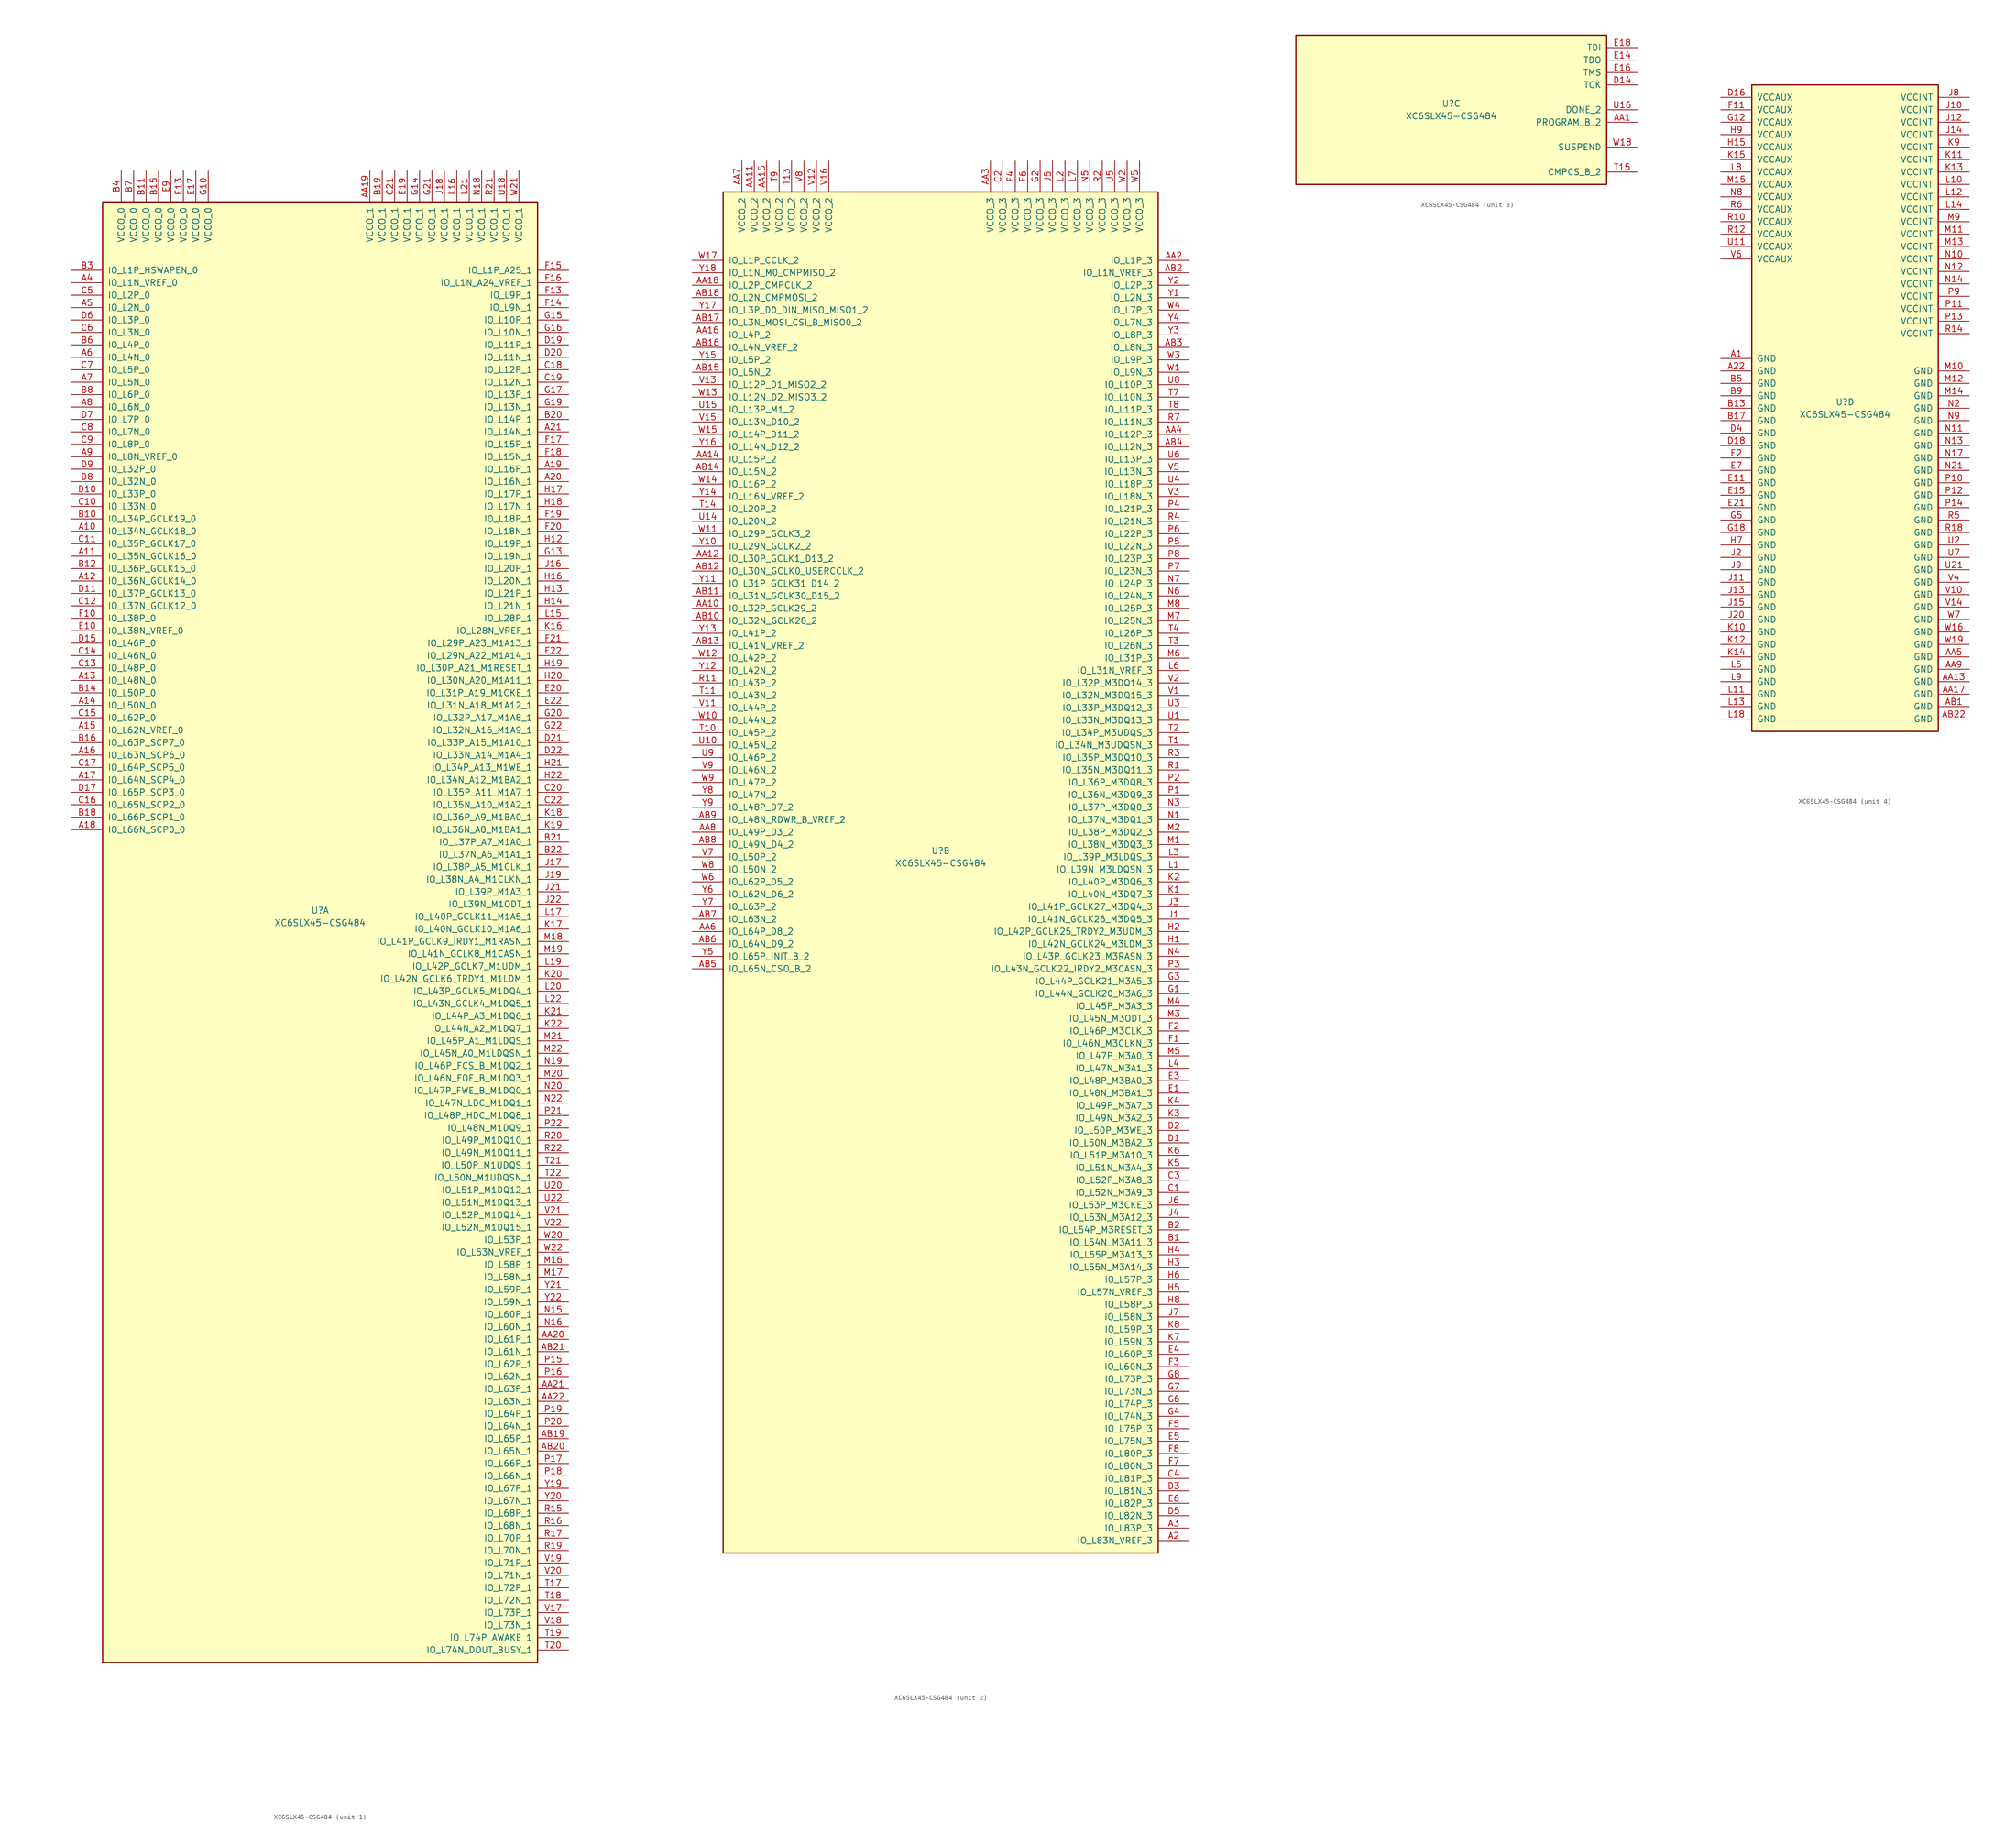
<source format=kicad_sym>
(kicad_symbol_lib
  (version 20201005)
  (generator kicad_symbol_editor)
  (symbol "XC6SLX45-CSG484"
    (pin_names
      (offset 1.016))
    (property "Reference" "U"
      (at 0 1.27 0)
      (effects (font (size 1.27 1.27))))
    (property "Value" "XC6SLX45-CSG484"
      (at 0 -1.27 0)
      (effects (font (size 1.27 1.27))))
    (property "Datasheet" ""
      (at 0 0 0)
      (effects (font (size 1.27 1.27))))
    (property "ki_locked" ""
      (at 0 0 0)
      (effects (font (size 1.27 1.27))))
    (symbol "XC6SLX45-CSG484_1_1"
      (rectangle (start -44.45 146.05) (end 44.45 -152.4) (stroke (width 0.254)) (fill (type background)))
      (pin bidirectional line (at -50.8 78.74 0) (length 6.35) (name "IO_L34N_GCLK18_0" (effects (font (size 1.27 1.27)))) (number "A10" (effects (font (size 1.27 1.27)))))
      (pin bidirectional line (at -50.8 73.66 0) (length 6.35) (name "IO_L35N_GCLK16_0" (effects (font (size 1.27 1.27)))) (number "A11" (effects (font (size 1.27 1.27)))))
      (pin bidirectional line (at -50.8 68.58 0) (length 6.35) (name "IO_L36N_GCLK14_0" (effects (font (size 1.27 1.27)))) (number "A12" (effects (font (size 1.27 1.27)))))
      (pin bidirectional line (at -50.8 48.26 0) (length 6.35) (name "IO_L48N_0" (effects (font (size 1.27 1.27)))) (number "A13" (effects (font (size 1.27 1.27)))))
      (pin bidirectional line (at -50.8 43.18 0) (length 6.35) (name "IO_L50N_0" (effects (font (size 1.27 1.27)))) (number "A14" (effects (font (size 1.27 1.27)))))
      (pin bidirectional line (at -50.8 38.1 0) (length 6.35) (name "IO_L62N_VREF_0" (effects (font (size 1.27 1.27)))) (number "A15" (effects (font (size 1.27 1.27)))))
      (pin bidirectional line (at -50.8 33.02 0) (length 6.35) (name "IO_L63N_SCP6_0" (effects (font (size 1.27 1.27)))) (number "A16" (effects (font (size 1.27 1.27)))))
      (pin bidirectional line (at -50.8 27.94 0) (length 6.35) (name "IO_L64N_SCP4_0" (effects (font (size 1.27 1.27)))) (number "A17" (effects (font (size 1.27 1.27)))))
      (pin bidirectional line (at -50.8 17.78 0) (length 6.35) (name "IO_L66N_SCP0_0" (effects (font (size 1.27 1.27)))) (number "A18" (effects (font (size 1.27 1.27)))))
      (pin bidirectional line (at 50.8 91.44 180) (length 6.35) (name "IO_L16P_1" (effects (font (size 1.27 1.27)))) (number "A19" (effects (font (size 1.27 1.27)))))
      (pin bidirectional line (at 50.8 88.9 180) (length 6.35) (name "IO_L16N_1" (effects (font (size 1.27 1.27)))) (number "A20" (effects (font (size 1.27 1.27)))))
      (pin bidirectional line (at 50.8 99.06 180) (length 6.35) (name "IO_L14N_1" (effects (font (size 1.27 1.27)))) (number "A21" (effects (font (size 1.27 1.27)))))
      (pin bidirectional line (at -50.8 129.54 0) (length 6.35) (name "IO_L1N_VREF_0" (effects (font (size 1.27 1.27)))) (number "A4" (effects (font (size 1.27 1.27)))))
      (pin bidirectional line (at -50.8 124.46 0) (length 6.35) (name "IO_L2N_0" (effects (font (size 1.27 1.27)))) (number "A5" (effects (font (size 1.27 1.27)))))
      (pin bidirectional line (at -50.8 114.3 0) (length 6.35) (name "IO_L4N_0" (effects (font (size 1.27 1.27)))) (number "A6" (effects (font (size 1.27 1.27)))))
      (pin bidirectional line (at -50.8 109.22 0) (length 6.35) (name "IO_L5N_0" (effects (font (size 1.27 1.27)))) (number "A7" (effects (font (size 1.27 1.27)))))
      (pin bidirectional line (at -50.8 104.14 0) (length 6.35) (name "IO_L6N_0" (effects (font (size 1.27 1.27)))) (number "A8" (effects (font (size 1.27 1.27)))))
      (pin bidirectional line (at -50.8 93.98 0) (length 6.35) (name "IO_L8N_VREF_0" (effects (font (size 1.27 1.27)))) (number "A9" (effects (font (size 1.27 1.27)))))
      (pin power_in line (at 10.16 152.4 270) (length 6.35) (name "VCCO_1" (effects (font (size 1.27 1.27)))) (number "AA19" (effects (font (size 1.27 1.27)))))
      (pin bidirectional line (at 50.8 -86.36 180) (length 6.35) (name "IO_L61P_1" (effects (font (size 1.27 1.27)))) (number "AA20" (effects (font (size 1.27 1.27)))))
      (pin bidirectional line (at 50.8 -96.52 180) (length 6.35) (name "IO_L63P_1" (effects (font (size 1.27 1.27)))) (number "AA21" (effects (font (size 1.27 1.27)))))
      (pin bidirectional line (at 50.8 -99.06 180) (length 6.35) (name "IO_L63N_1" (effects (font (size 1.27 1.27)))) (number "AA22" (effects (font (size 1.27 1.27)))))
      (pin bidirectional line (at 50.8 -106.68 180) (length 6.35) (name "IO_L65P_1" (effects (font (size 1.27 1.27)))) (number "AB19" (effects (font (size 1.27 1.27)))))
      (pin bidirectional line (at 50.8 -109.22 180) (length 6.35) (name "IO_L65N_1" (effects (font (size 1.27 1.27)))) (number "AB20" (effects (font (size 1.27 1.27)))))
      (pin bidirectional line (at 50.8 -88.9 180) (length 6.35) (name "IO_L61N_1" (effects (font (size 1.27 1.27)))) (number "AB21" (effects (font (size 1.27 1.27)))))
      (pin bidirectional line (at -50.8 81.28 0) (length 6.35) (name "IO_L34P_GCLK19_0" (effects (font (size 1.27 1.27)))) (number "B10" (effects (font (size 1.27 1.27)))))
      (pin power_in line (at -35.56 152.4 270) (length 6.35) (name "VCCO_0" (effects (font (size 1.27 1.27)))) (number "B11" (effects (font (size 1.27 1.27)))))
      (pin bidirectional line (at -50.8 71.12 0) (length 6.35) (name "IO_L36P_GCLK15_0" (effects (font (size 1.27 1.27)))) (number "B12" (effects (font (size 1.27 1.27)))))
      (pin bidirectional line (at -50.8 45.72 0) (length 6.35) (name "IO_L50P_0" (effects (font (size 1.27 1.27)))) (number "B14" (effects (font (size 1.27 1.27)))))
      (pin power_in line (at -33.02 152.4 270) (length 6.35) (name "VCCO_0" (effects (font (size 1.27 1.27)))) (number "B15" (effects (font (size 1.27 1.27)))))
      (pin bidirectional line (at -50.8 35.56 0) (length 6.35) (name "IO_L63P_SCP7_0" (effects (font (size 1.27 1.27)))) (number "B16" (effects (font (size 1.27 1.27)))))
      (pin bidirectional line (at -50.8 20.32 0) (length 6.35) (name "IO_L66P_SCP1_0" (effects (font (size 1.27 1.27)))) (number "B18" (effects (font (size 1.27 1.27)))))
      (pin power_in line (at 12.7 152.4 270) (length 6.35) (name "VCCO_1" (effects (font (size 1.27 1.27)))) (number "B19" (effects (font (size 1.27 1.27)))))
      (pin bidirectional line (at 50.8 101.6 180) (length 6.35) (name "IO_L14P_1" (effects (font (size 1.27 1.27)))) (number "B20" (effects (font (size 1.27 1.27)))))
      (pin bidirectional line (at 50.8 15.24 180) (length 6.35) (name "IO_L37P_A7_M1A0_1" (effects (font (size 1.27 1.27)))) (number "B21" (effects (font (size 1.27 1.27)))))
      (pin bidirectional line (at 50.8 12.7 180) (length 6.35) (name "IO_L37N_A6_M1A1_1" (effects (font (size 1.27 1.27)))) (number "B22" (effects (font (size 1.27 1.27)))))
      (pin bidirectional line (at -50.8 132.08 0) (length 6.35) (name "IO_L1P_HSWAPEN_0" (effects (font (size 1.27 1.27)))) (number "B3" (effects (font (size 1.27 1.27)))))
      (pin power_in line (at -40.64 152.4 270) (length 6.35) (name "VCCO_0" (effects (font (size 1.27 1.27)))) (number "B4" (effects (font (size 1.27 1.27)))))
      (pin bidirectional line (at -50.8 116.84 0) (length 6.35) (name "IO_L4P_0" (effects (font (size 1.27 1.27)))) (number "B6" (effects (font (size 1.27 1.27)))))
      (pin power_in line (at -38.1 152.4 270) (length 6.35) (name "VCCO_0" (effects (font (size 1.27 1.27)))) (number "B7" (effects (font (size 1.27 1.27)))))
      (pin bidirectional line (at -50.8 106.68 0) (length 6.35) (name "IO_L6P_0" (effects (font (size 1.27 1.27)))) (number "B8" (effects (font (size 1.27 1.27)))))
      (pin bidirectional line (at -50.8 83.82 0) (length 6.35) (name "IO_L33N_0" (effects (font (size 1.27 1.27)))) (number "C10" (effects (font (size 1.27 1.27)))))
      (pin bidirectional line (at -50.8 76.2 0) (length 6.35) (name "IO_L35P_GCLK17_0" (effects (font (size 1.27 1.27)))) (number "C11" (effects (font (size 1.27 1.27)))))
      (pin bidirectional line (at -50.8 63.5 0) (length 6.35) (name "IO_L37N_GCLK12_0" (effects (font (size 1.27 1.27)))) (number "C12" (effects (font (size 1.27 1.27)))))
      (pin bidirectional line (at -50.8 50.8 0) (length 6.35) (name "IO_L48P_0" (effects (font (size 1.27 1.27)))) (number "C13" (effects (font (size 1.27 1.27)))))
      (pin bidirectional line (at -50.8 53.34 0) (length 6.35) (name "IO_L46N_0" (effects (font (size 1.27 1.27)))) (number "C14" (effects (font (size 1.27 1.27)))))
      (pin bidirectional line (at -50.8 40.64 0) (length 6.35) (name "IO_L62P_0" (effects (font (size 1.27 1.27)))) (number "C15" (effects (font (size 1.27 1.27)))))
      (pin bidirectional line (at -50.8 22.86 0) (length 6.35) (name "IO_L65N_SCP2_0" (effects (font (size 1.27 1.27)))) (number "C16" (effects (font (size 1.27 1.27)))))
      (pin bidirectional line (at -50.8 30.48 0) (length 6.35) (name "IO_L64P_SCP5_0" (effects (font (size 1.27 1.27)))) (number "C17" (effects (font (size 1.27 1.27)))))
      (pin bidirectional line (at 50.8 111.76 180) (length 6.35) (name "IO_L12P_1" (effects (font (size 1.27 1.27)))) (number "C18" (effects (font (size 1.27 1.27)))))
      (pin bidirectional line (at 50.8 109.22 180) (length 6.35) (name "IO_L12N_1" (effects (font (size 1.27 1.27)))) (number "C19" (effects (font (size 1.27 1.27)))))
      (pin bidirectional line (at 50.8 25.4 180) (length 6.35) (name "IO_L35P_A11_M1A7_1" (effects (font (size 1.27 1.27)))) (number "C20" (effects (font (size 1.27 1.27)))))
      (pin power_in line (at 15.24 152.4 270) (length 6.35) (name "VCCO_1" (effects (font (size 1.27 1.27)))) (number "C21" (effects (font (size 1.27 1.27)))))
      (pin bidirectional line (at 50.8 22.86 180) (length 6.35) (name "IO_L35N_A10_M1A2_1" (effects (font (size 1.27 1.27)))) (number "C22" (effects (font (size 1.27 1.27)))))
      (pin bidirectional line (at -50.8 127 0) (length 6.35) (name "IO_L2P_0" (effects (font (size 1.27 1.27)))) (number "C5" (effects (font (size 1.27 1.27)))))
      (pin bidirectional line (at -50.8 119.38 0) (length 6.35) (name "IO_L3N_0" (effects (font (size 1.27 1.27)))) (number "C6" (effects (font (size 1.27 1.27)))))
      (pin bidirectional line (at -50.8 111.76 0) (length 6.35) (name "IO_L5P_0" (effects (font (size 1.27 1.27)))) (number "C7" (effects (font (size 1.27 1.27)))))
      (pin bidirectional line (at -50.8 99.06 0) (length 6.35) (name "IO_L7N_0" (effects (font (size 1.27 1.27)))) (number "C8" (effects (font (size 1.27 1.27)))))
      (pin bidirectional line (at -50.8 96.52 0) (length 6.35) (name "IO_L8P_0" (effects (font (size 1.27 1.27)))) (number "C9" (effects (font (size 1.27 1.27)))))
      (pin bidirectional line (at -50.8 86.36 0) (length 6.35) (name "IO_L33P_0" (effects (font (size 1.27 1.27)))) (number "D10" (effects (font (size 1.27 1.27)))))
      (pin bidirectional line (at -50.8 66.04 0) (length 6.35) (name "IO_L37P_GCLK13_0" (effects (font (size 1.27 1.27)))) (number "D11" (effects (font (size 1.27 1.27)))))
      (pin bidirectional line (at -50.8 55.88 0) (length 6.35) (name "IO_L46P_0" (effects (font (size 1.27 1.27)))) (number "D15" (effects (font (size 1.27 1.27)))))
      (pin bidirectional line (at -50.8 25.4 0) (length 6.35) (name "IO_L65P_SCP3_0" (effects (font (size 1.27 1.27)))) (number "D17" (effects (font (size 1.27 1.27)))))
      (pin bidirectional line (at 50.8 116.84 180) (length 6.35) (name "IO_L11P_1" (effects (font (size 1.27 1.27)))) (number "D19" (effects (font (size 1.27 1.27)))))
      (pin bidirectional line (at 50.8 114.3 180) (length 6.35) (name "IO_L11N_1" (effects (font (size 1.27 1.27)))) (number "D20" (effects (font (size 1.27 1.27)))))
      (pin bidirectional line (at 50.8 35.56 180) (length 6.35) (name "IO_L33P_A15_M1A10_1" (effects (font (size 1.27 1.27)))) (number "D21" (effects (font (size 1.27 1.27)))))
      (pin bidirectional line (at 50.8 33.02 180) (length 6.35) (name "IO_L33N_A14_M1A4_1" (effects (font (size 1.27 1.27)))) (number "D22" (effects (font (size 1.27 1.27)))))
      (pin bidirectional line (at -50.8 121.92 0) (length 6.35) (name "IO_L3P_0" (effects (font (size 1.27 1.27)))) (number "D6" (effects (font (size 1.27 1.27)))))
      (pin bidirectional line (at -50.8 101.6 0) (length 6.35) (name "IO_L7P_0" (effects (font (size 1.27 1.27)))) (number "D7" (effects (font (size 1.27 1.27)))))
      (pin bidirectional line (at -50.8 88.9 0) (length 6.35) (name "IO_L32N_0" (effects (font (size 1.27 1.27)))) (number "D8" (effects (font (size 1.27 1.27)))))
      (pin bidirectional line (at -50.8 91.44 0) (length 6.35) (name "IO_L32P_0" (effects (font (size 1.27 1.27)))) (number "D9" (effects (font (size 1.27 1.27)))))
      (pin bidirectional line (at -50.8 58.42 0) (length 6.35) (name "IO_L38N_VREF_0" (effects (font (size 1.27 1.27)))) (number "E10" (effects (font (size 1.27 1.27)))))
      (pin power_in line (at -27.94 152.4 270) (length 6.35) (name "VCCO_0" (effects (font (size 1.27 1.27)))) (number "E13" (effects (font (size 1.27 1.27)))))
      (pin power_in line (at -25.4 152.4 270) (length 6.35) (name "VCCO_0" (effects (font (size 1.27 1.27)))) (number "E17" (effects (font (size 1.27 1.27)))))
      (pin power_in line (at 17.78 152.4 270) (length 6.35) (name "VCCO_1" (effects (font (size 1.27 1.27)))) (number "E19" (effects (font (size 1.27 1.27)))))
      (pin bidirectional line (at 50.8 45.72 180) (length 6.35) (name "IO_L31P_A19_M1CKE_1" (effects (font (size 1.27 1.27)))) (number "E20" (effects (font (size 1.27 1.27)))))
      (pin bidirectional line (at 50.8 43.18 180) (length 6.35) (name "IO_L31N_A18_M1A12_1" (effects (font (size 1.27 1.27)))) (number "E22" (effects (font (size 1.27 1.27)))))
      (pin power_in line (at -30.48 152.4 270) (length 6.35) (name "VCCO_0" (effects (font (size 1.27 1.27)))) (number "E9" (effects (font (size 1.27 1.27)))))
      (pin bidirectional line (at -50.8 60.96 0) (length 6.35) (name "IO_L38P_0" (effects (font (size 1.27 1.27)))) (number "F10" (effects (font (size 1.27 1.27)))))
      (pin bidirectional line (at 50.8 127 180) (length 6.35) (name "IO_L9P_1" (effects (font (size 1.27 1.27)))) (number "F13" (effects (font (size 1.27 1.27)))))
      (pin bidirectional line (at 50.8 124.46 180) (length 6.35) (name "IO_L9N_1" (effects (font (size 1.27 1.27)))) (number "F14" (effects (font (size 1.27 1.27)))))
      (pin bidirectional line (at 50.8 132.08 180) (length 6.35) (name "IO_L1P_A25_1" (effects (font (size 1.27 1.27)))) (number "F15" (effects (font (size 1.27 1.27)))))
      (pin bidirectional line (at 50.8 129.54 180) (length 6.35) (name "IO_L1N_A24_VREF_1" (effects (font (size 1.27 1.27)))) (number "F16" (effects (font (size 1.27 1.27)))))
      (pin bidirectional line (at 50.8 96.52 180) (length 6.35) (name "IO_L15P_1" (effects (font (size 1.27 1.27)))) (number "F17" (effects (font (size 1.27 1.27)))))
      (pin bidirectional line (at 50.8 93.98 180) (length 6.35) (name "IO_L15N_1" (effects (font (size 1.27 1.27)))) (number "F18" (effects (font (size 1.27 1.27)))))
      (pin bidirectional line (at 50.8 81.28 180) (length 6.35) (name "IO_L18P_1" (effects (font (size 1.27 1.27)))) (number "F19" (effects (font (size 1.27 1.27)))))
      (pin bidirectional line (at 50.8 78.74 180) (length 6.35) (name "IO_L18N_1" (effects (font (size 1.27 1.27)))) (number "F20" (effects (font (size 1.27 1.27)))))
      (pin bidirectional line (at 50.8 55.88 180) (length 6.35) (name "IO_L29P_A23_M1A13_1" (effects (font (size 1.27 1.27)))) (number "F21" (effects (font (size 1.27 1.27)))))
      (pin bidirectional line (at 50.8 53.34 180) (length 6.35) (name "IO_L29N_A22_M1A14_1" (effects (font (size 1.27 1.27)))) (number "F22" (effects (font (size 1.27 1.27)))))
      (pin power_in line (at -22.86 152.4 270) (length 6.35) (name "VCCO_0" (effects (font (size 1.27 1.27)))) (number "G10" (effects (font (size 1.27 1.27)))))
      (pin bidirectional line (at 50.8 73.66 180) (length 6.35) (name "IO_L19N_1" (effects (font (size 1.27 1.27)))) (number "G13" (effects (font (size 1.27 1.27)))))
      (pin power_in line (at 20.32 152.4 270) (length 6.35) (name "VCCO_1" (effects (font (size 1.27 1.27)))) (number "G14" (effects (font (size 1.27 1.27)))))
      (pin bidirectional line (at 50.8 121.92 180) (length 6.35) (name "IO_L10P_1" (effects (font (size 1.27 1.27)))) (number "G15" (effects (font (size 1.27 1.27)))))
      (pin bidirectional line (at 50.8 119.38 180) (length 6.35) (name "IO_L10N_1" (effects (font (size 1.27 1.27)))) (number "G16" (effects (font (size 1.27 1.27)))))
      (pin bidirectional line (at 50.8 106.68 180) (length 6.35) (name "IO_L13P_1" (effects (font (size 1.27 1.27)))) (number "G17" (effects (font (size 1.27 1.27)))))
      (pin bidirectional line (at 50.8 104.14 180) (length 6.35) (name "IO_L13N_1" (effects (font (size 1.27 1.27)))) (number "G19" (effects (font (size 1.27 1.27)))))
      (pin bidirectional line (at 50.8 40.64 180) (length 6.35) (name "IO_L32P_A17_M1A8_1" (effects (font (size 1.27 1.27)))) (number "G20" (effects (font (size 1.27 1.27)))))
      (pin power_in line (at 22.86 152.4 270) (length 6.35) (name "VCCO_1" (effects (font (size 1.27 1.27)))) (number "G21" (effects (font (size 1.27 1.27)))))
      (pin bidirectional line (at 50.8 38.1 180) (length 6.35) (name "IO_L32N_A16_M1A9_1" (effects (font (size 1.27 1.27)))) (number "G22" (effects (font (size 1.27 1.27)))))
      (pin bidirectional line (at 50.8 76.2 180) (length 6.35) (name "IO_L19P_1" (effects (font (size 1.27 1.27)))) (number "H12" (effects (font (size 1.27 1.27)))))
      (pin bidirectional line (at 50.8 66.04 180) (length 6.35) (name "IO_L21P_1" (effects (font (size 1.27 1.27)))) (number "H13" (effects (font (size 1.27 1.27)))))
      (pin bidirectional line (at 50.8 63.5 180) (length 6.35) (name "IO_L21N_1" (effects (font (size 1.27 1.27)))) (number "H14" (effects (font (size 1.27 1.27)))))
      (pin bidirectional line (at 50.8 68.58 180) (length 6.35) (name "IO_L20N_1" (effects (font (size 1.27 1.27)))) (number "H16" (effects (font (size 1.27 1.27)))))
      (pin bidirectional line (at 50.8 86.36 180) (length 6.35) (name "IO_L17P_1" (effects (font (size 1.27 1.27)))) (number "H17" (effects (font (size 1.27 1.27)))))
      (pin bidirectional line (at 50.8 83.82 180) (length 6.35) (name "IO_L17N_1" (effects (font (size 1.27 1.27)))) (number "H18" (effects (font (size 1.27 1.27)))))
      (pin bidirectional line (at 50.8 50.8 180) (length 6.35) (name "IO_L30P_A21_M1RESET_1" (effects (font (size 1.27 1.27)))) (number "H19" (effects (font (size 1.27 1.27)))))
      (pin bidirectional line (at 50.8 48.26 180) (length 6.35) (name "IO_L30N_A20_M1A11_1" (effects (font (size 1.27 1.27)))) (number "H20" (effects (font (size 1.27 1.27)))))
      (pin bidirectional line (at 50.8 30.48 180) (length 6.35) (name "IO_L34P_A13_M1WE_1" (effects (font (size 1.27 1.27)))) (number "H21" (effects (font (size 1.27 1.27)))))
      (pin bidirectional line (at 50.8 27.94 180) (length 6.35) (name "IO_L34N_A12_M1BA2_1" (effects (font (size 1.27 1.27)))) (number "H22" (effects (font (size 1.27 1.27)))))
      (pin bidirectional line (at 50.8 71.12 180) (length 6.35) (name "IO_L20P_1" (effects (font (size 1.27 1.27)))) (number "J16" (effects (font (size 1.27 1.27)))))
      (pin bidirectional line (at 50.8 10.16 180) (length 6.35) (name "IO_L38P_A5_M1CLK_1" (effects (font (size 1.27 1.27)))) (number "J17" (effects (font (size 1.27 1.27)))))
      (pin power_in line (at 25.4 152.4 270) (length 6.35) (name "VCCO_1" (effects (font (size 1.27 1.27)))) (number "J18" (effects (font (size 1.27 1.27)))))
      (pin bidirectional line (at 50.8 7.62 180) (length 6.35) (name "IO_L38N_A4_M1CLKN_1" (effects (font (size 1.27 1.27)))) (number "J19" (effects (font (size 1.27 1.27)))))
      (pin bidirectional line (at 50.8 5.08 180) (length 6.35) (name "IO_L39P_M1A3_1" (effects (font (size 1.27 1.27)))) (number "J21" (effects (font (size 1.27 1.27)))))
      (pin bidirectional line (at 50.8 2.54 180) (length 6.35) (name "IO_L39N_M1ODT_1" (effects (font (size 1.27 1.27)))) (number "J22" (effects (font (size 1.27 1.27)))))
      (pin bidirectional line (at 50.8 58.42 180) (length 6.35) (name "IO_L28N_VREF_1" (effects (font (size 1.27 1.27)))) (number "K16" (effects (font (size 1.27 1.27)))))
      (pin bidirectional line (at 50.8 -2.54 180) (length 6.35) (name "IO_L40N_GCLK10_M1A6_1" (effects (font (size 1.27 1.27)))) (number "K17" (effects (font (size 1.27 1.27)))))
      (pin bidirectional line (at 50.8 20.32 180) (length 6.35) (name "IO_L36P_A9_M1BA0_1" (effects (font (size 1.27 1.27)))) (number "K18" (effects (font (size 1.27 1.27)))))
      (pin bidirectional line (at 50.8 17.78 180) (length 6.35) (name "IO_L36N_A8_M1BA1_1" (effects (font (size 1.27 1.27)))) (number "K19" (effects (font (size 1.27 1.27)))))
      (pin bidirectional line (at 50.8 -12.7 180) (length 6.35) (name "IO_L42N_GCLK6_TRDY1_M1LDM_1" (effects (font (size 1.27 1.27)))) (number "K20" (effects (font (size 1.27 1.27)))))
      (pin bidirectional line (at 50.8 -20.32 180) (length 6.35) (name "IO_L44P_A3_M1DQ6_1" (effects (font (size 1.27 1.27)))) (number "K21" (effects (font (size 1.27 1.27)))))
      (pin bidirectional line (at 50.8 -22.86 180) (length 6.35) (name "IO_L44N_A2_M1DQ7_1" (effects (font (size 1.27 1.27)))) (number "K22" (effects (font (size 1.27 1.27)))))
      (pin bidirectional line (at 50.8 60.96 180) (length 6.35) (name "IO_L28P_1" (effects (font (size 1.27 1.27)))) (number "L15" (effects (font (size 1.27 1.27)))))
      (pin power_in line (at 27.94 152.4 270) (length 6.35) (name "VCCO_1" (effects (font (size 1.27 1.27)))) (number "L16" (effects (font (size 1.27 1.27)))))
      (pin bidirectional line (at 50.8 0 180) (length 6.35) (name "IO_L40P_GCLK11_M1A5_1" (effects (font (size 1.27 1.27)))) (number "L17" (effects (font (size 1.27 1.27)))))
      (pin bidirectional line (at 50.8 -10.16 180) (length 6.35) (name "IO_L42P_GCLK7_M1UDM_1" (effects (font (size 1.27 1.27)))) (number "L19" (effects (font (size 1.27 1.27)))))
      (pin bidirectional line (at 50.8 -15.24 180) (length 6.35) (name "IO_L43P_GCLK5_M1DQ4_1" (effects (font (size 1.27 1.27)))) (number "L20" (effects (font (size 1.27 1.27)))))
      (pin power_in line (at 30.48 152.4 270) (length 6.35) (name "VCCO_1" (effects (font (size 1.27 1.27)))) (number "L21" (effects (font (size 1.27 1.27)))))
      (pin bidirectional line (at 50.8 -17.78 180) (length 6.35) (name "IO_L43N_GCLK4_M1DQ5_1" (effects (font (size 1.27 1.27)))) (number "L22" (effects (font (size 1.27 1.27)))))
      (pin bidirectional line (at 50.8 -71.12 180) (length 6.35) (name "IO_L58P_1" (effects (font (size 1.27 1.27)))) (number "M16" (effects (font (size 1.27 1.27)))))
      (pin bidirectional line (at 50.8 -73.66 180) (length 6.35) (name "IO_L58N_1" (effects (font (size 1.27 1.27)))) (number "M17" (effects (font (size 1.27 1.27)))))
      (pin bidirectional line (at 50.8 -5.08 180) (length 6.35) (name "IO_L41P_GCLK9_IRDY1_M1RASN_1" (effects (font (size 1.27 1.27)))) (number "M18" (effects (font (size 1.27 1.27)))))
      (pin bidirectional line (at 50.8 -7.62 180) (length 6.35) (name "IO_L41N_GCLK8_M1CASN_1" (effects (font (size 1.27 1.27)))) (number "M19" (effects (font (size 1.27 1.27)))))
      (pin bidirectional line (at 50.8 -33.02 180) (length 6.35) (name "IO_L46N_FOE_B_M1DQ3_1" (effects (font (size 1.27 1.27)))) (number "M20" (effects (font (size 1.27 1.27)))))
      (pin bidirectional line (at 50.8 -25.4 180) (length 6.35) (name "IO_L45P_A1_M1LDQS_1" (effects (font (size 1.27 1.27)))) (number "M21" (effects (font (size 1.27 1.27)))))
      (pin bidirectional line (at 50.8 -27.94 180) (length 6.35) (name "IO_L45N_A0_M1LDQSN_1" (effects (font (size 1.27 1.27)))) (number "M22" (effects (font (size 1.27 1.27)))))
      (pin bidirectional line (at 50.8 -81.28 180) (length 6.35) (name "IO_L60P_1" (effects (font (size 1.27 1.27)))) (number "N15" (effects (font (size 1.27 1.27)))))
      (pin bidirectional line (at 50.8 -83.82 180) (length 6.35) (name "IO_L60N_1" (effects (font (size 1.27 1.27)))) (number "N16" (effects (font (size 1.27 1.27)))))
      (pin power_in line (at 33.02 152.4 270) (length 6.35) (name "VCCO_1" (effects (font (size 1.27 1.27)))) (number "N18" (effects (font (size 1.27 1.27)))))
      (pin bidirectional line (at 50.8 -30.48 180) (length 6.35) (name "IO_L46P_FCS_B_M1DQ2_1" (effects (font (size 1.27 1.27)))) (number "N19" (effects (font (size 1.27 1.27)))))
      (pin bidirectional line (at 50.8 -35.56 180) (length 6.35) (name "IO_L47P_FWE_B_M1DQ0_1" (effects (font (size 1.27 1.27)))) (number "N20" (effects (font (size 1.27 1.27)))))
      (pin bidirectional line (at 50.8 -38.1 180) (length 6.35) (name "IO_L47N_LDC_M1DQ1_1" (effects (font (size 1.27 1.27)))) (number "N22" (effects (font (size 1.27 1.27)))))
      (pin bidirectional line (at 50.8 -91.44 180) (length 6.35) (name "IO_L62P_1" (effects (font (size 1.27 1.27)))) (number "P15" (effects (font (size 1.27 1.27)))))
      (pin bidirectional line (at 50.8 -93.98 180) (length 6.35) (name "IO_L62N_1" (effects (font (size 1.27 1.27)))) (number "P16" (effects (font (size 1.27 1.27)))))
      (pin bidirectional line (at 50.8 -111.76 180) (length 6.35) (name "IO_L66P_1" (effects (font (size 1.27 1.27)))) (number "P17" (effects (font (size 1.27 1.27)))))
      (pin bidirectional line (at 50.8 -114.3 180) (length 6.35) (name "IO_L66N_1" (effects (font (size 1.27 1.27)))) (number "P18" (effects (font (size 1.27 1.27)))))
      (pin bidirectional line (at 50.8 -101.6 180) (length 6.35) (name "IO_L64P_1" (effects (font (size 1.27 1.27)))) (number "P19" (effects (font (size 1.27 1.27)))))
      (pin bidirectional line (at 50.8 -104.14 180) (length 6.35) (name "IO_L64N_1" (effects (font (size 1.27 1.27)))) (number "P20" (effects (font (size 1.27 1.27)))))
      (pin bidirectional line (at 50.8 -40.64 180) (length 6.35) (name "IO_L48P_HDC_M1DQ8_1" (effects (font (size 1.27 1.27)))) (number "P21" (effects (font (size 1.27 1.27)))))
      (pin bidirectional line (at 50.8 -43.18 180) (length 6.35) (name "IO_L48N_M1DQ9_1" (effects (font (size 1.27 1.27)))) (number "P22" (effects (font (size 1.27 1.27)))))
      (pin bidirectional line (at 50.8 -121.92 180) (length 6.35) (name "IO_L68P_1" (effects (font (size 1.27 1.27)))) (number "R15" (effects (font (size 1.27 1.27)))))
      (pin bidirectional line (at 50.8 -124.46 180) (length 6.35) (name "IO_L68N_1" (effects (font (size 1.27 1.27)))) (number "R16" (effects (font (size 1.27 1.27)))))
      (pin bidirectional line (at 50.8 -127 180) (length 6.35) (name "IO_L70P_1" (effects (font (size 1.27 1.27)))) (number "R17" (effects (font (size 1.27 1.27)))))
      (pin bidirectional line (at 50.8 -129.54 180) (length 6.35) (name "IO_L70N_1" (effects (font (size 1.27 1.27)))) (number "R19" (effects (font (size 1.27 1.27)))))
      (pin bidirectional line (at 50.8 -45.72 180) (length 6.35) (name "IO_L49P_M1DQ10_1" (effects (font (size 1.27 1.27)))) (number "R20" (effects (font (size 1.27 1.27)))))
      (pin power_in line (at 35.56 152.4 270) (length 6.35) (name "VCCO_1" (effects (font (size 1.27 1.27)))) (number "R21" (effects (font (size 1.27 1.27)))))
      (pin bidirectional line (at 50.8 -48.26 180) (length 6.35) (name "IO_L49N_M1DQ11_1" (effects (font (size 1.27 1.27)))) (number "R22" (effects (font (size 1.27 1.27)))))
      (pin bidirectional line (at 50.8 -137.16 180) (length 6.35) (name "IO_L72P_1" (effects (font (size 1.27 1.27)))) (number "T17" (effects (font (size 1.27 1.27)))))
      (pin bidirectional line (at 50.8 -139.7 180) (length 6.35) (name "IO_L72N_1" (effects (font (size 1.27 1.27)))) (number "T18" (effects (font (size 1.27 1.27)))))
      (pin bidirectional line (at 50.8 -147.32 180) (length 6.35) (name "IO_L74P_AWAKE_1" (effects (font (size 1.27 1.27)))) (number "T19" (effects (font (size 1.27 1.27)))))
      (pin bidirectional line (at 50.8 -149.86 180) (length 6.35) (name "IO_L74N_DOUT_BUSY_1" (effects (font (size 1.27 1.27)))) (number "T20" (effects (font (size 1.27 1.27)))))
      (pin bidirectional line (at 50.8 -50.8 180) (length 6.35) (name "IO_L50P_M1UDQS_1" (effects (font (size 1.27 1.27)))) (number "T21" (effects (font (size 1.27 1.27)))))
      (pin bidirectional line (at 50.8 -53.34 180) (length 6.35) (name "IO_L50N_M1UDQSN_1" (effects (font (size 1.27 1.27)))) (number "T22" (effects (font (size 1.27 1.27)))))
      (pin power_in line (at 38.1 152.4 270) (length 6.35) (name "VCCO_1" (effects (font (size 1.27 1.27)))) (number "U18" (effects (font (size 1.27 1.27)))))
      (pin bidirectional line (at 50.8 -55.88 180) (length 6.35) (name "IO_L51P_M1DQ12_1" (effects (font (size 1.27 1.27)))) (number "U20" (effects (font (size 1.27 1.27)))))
      (pin bidirectional line (at 50.8 -58.42 180) (length 6.35) (name "IO_L51N_M1DQ13_1" (effects (font (size 1.27 1.27)))) (number "U22" (effects (font (size 1.27 1.27)))))
      (pin bidirectional line (at 50.8 -142.24 180) (length 6.35) (name "IO_L73P_1" (effects (font (size 1.27 1.27)))) (number "V17" (effects (font (size 1.27 1.27)))))
      (pin bidirectional line (at 50.8 -144.78 180) (length 6.35) (name "IO_L73N_1" (effects (font (size 1.27 1.27)))) (number "V18" (effects (font (size 1.27 1.27)))))
      (pin bidirectional line (at 50.8 -132.08 180) (length 6.35) (name "IO_L71P_1" (effects (font (size 1.27 1.27)))) (number "V19" (effects (font (size 1.27 1.27)))))
      (pin bidirectional line (at 50.8 -134.62 180) (length 6.35) (name "IO_L71N_1" (effects (font (size 1.27 1.27)))) (number "V20" (effects (font (size 1.27 1.27)))))
      (pin bidirectional line (at 50.8 -60.96 180) (length 6.35) (name "IO_L52P_M1DQ14_1" (effects (font (size 1.27 1.27)))) (number "V21" (effects (font (size 1.27 1.27)))))
      (pin bidirectional line (at 50.8 -63.5 180) (length 6.35) (name "IO_L52N_M1DQ15_1" (effects (font (size 1.27 1.27)))) (number "V22" (effects (font (size 1.27 1.27)))))
      (pin bidirectional line (at 50.8 -66.04 180) (length 6.35) (name "IO_L53P_1" (effects (font (size 1.27 1.27)))) (number "W20" (effects (font (size 1.27 1.27)))))
      (pin power_in line (at 40.64 152.4 270) (length 6.35) (name "VCCO_1" (effects (font (size 1.27 1.27)))) (number "W21" (effects (font (size 1.27 1.27)))))
      (pin bidirectional line (at 50.8 -68.58 180) (length 6.35) (name "IO_L53N_VREF_1" (effects (font (size 1.27 1.27)))) (number "W22" (effects (font (size 1.27 1.27)))))
      (pin bidirectional line (at 50.8 -116.84 180) (length 6.35) (name "IO_L67P_1" (effects (font (size 1.27 1.27)))) (number "Y19" (effects (font (size 1.27 1.27)))))
      (pin bidirectional line (at 50.8 -119.38 180) (length 6.35) (name "IO_L67N_1" (effects (font (size 1.27 1.27)))) (number "Y20" (effects (font (size 1.27 1.27)))))
      (pin bidirectional line (at 50.8 -76.2 180) (length 6.35) (name "IO_L59P_1" (effects (font (size 1.27 1.27)))) (number "Y21" (effects (font (size 1.27 1.27)))))
      (pin bidirectional line (at 50.8 -78.74 180) (length 6.35) (name "IO_L59N_1" (effects (font (size 1.27 1.27)))) (number "Y22" (effects (font (size 1.27 1.27))))))
    (symbol "XC6SLX45-CSG484_2_1"
      (rectangle (start -44.45 135.89) (end 44.45 -142.24) (stroke (width 0.254)) (fill (type background)))
      (pin bidirectional line (at 50.8 -139.7 180) (length 6.35) (name "IO_L83N_VREF_3" (effects (font (size 1.27 1.27)))) (number "A2" (effects (font (size 1.27 1.27)))))
      (pin bidirectional line (at 50.8 -137.16 180) (length 6.35) (name "IO_L83P_3" (effects (font (size 1.27 1.27)))) (number "A3" (effects (font (size 1.27 1.27)))))
      (pin bidirectional line (at -50.8 50.8 0) (length 6.35) (name "IO_L32P_GCLK29_2" (effects (font (size 1.27 1.27)))) (number "AA10" (effects (font (size 1.27 1.27)))))
      (pin power_in line (at -38.1 142.24 270) (length 6.35) (name "VCCO_2" (effects (font (size 1.27 1.27)))) (number "AA11" (effects (font (size 1.27 1.27)))))
      (pin bidirectional line (at -50.8 60.96 0) (length 6.35) (name "IO_L30P_GCLK1_D13_2" (effects (font (size 1.27 1.27)))) (number "AA12" (effects (font (size 1.27 1.27)))))
      (pin bidirectional line (at -50.8 81.28 0) (length 6.35) (name "IO_L15P_2" (effects (font (size 1.27 1.27)))) (number "AA14" (effects (font (size 1.27 1.27)))))
      (pin power_in line (at -35.56 142.24 270) (length 6.35) (name "VCCO_2" (effects (font (size 1.27 1.27)))) (number "AA15" (effects (font (size 1.27 1.27)))))
      (pin bidirectional line (at -50.8 106.68 0) (length 6.35) (name "IO_L4P_2" (effects (font (size 1.27 1.27)))) (number "AA16" (effects (font (size 1.27 1.27)))))
      (pin bidirectional line (at -50.8 116.84 0) (length 6.35) (name "IO_L2P_CMPCLK_2" (effects (font (size 1.27 1.27)))) (number "AA18" (effects (font (size 1.27 1.27)))))
      (pin bidirectional line (at 50.8 121.92 180) (length 6.35) (name "IO_L1P_3" (effects (font (size 1.27 1.27)))) (number "AA2" (effects (font (size 1.27 1.27)))))
      (pin power_in line (at 10.16 142.24 270) (length 6.35) (name "VCCO_3" (effects (font (size 1.27 1.27)))) (number "AA3" (effects (font (size 1.27 1.27)))))
      (pin bidirectional line (at 50.8 86.36 180) (length 6.35) (name "IO_L12P_3" (effects (font (size 1.27 1.27)))) (number "AA4" (effects (font (size 1.27 1.27)))))
      (pin bidirectional line (at -50.8 -15.24 0) (length 6.35) (name "IO_L64P_D8_2" (effects (font (size 1.27 1.27)))) (number "AA6" (effects (font (size 1.27 1.27)))))
      (pin power_in line (at -40.64 142.24 270) (length 6.35) (name "VCCO_2" (effects (font (size 1.27 1.27)))) (number "AA7" (effects (font (size 1.27 1.27)))))
      (pin bidirectional line (at -50.8 5.08 0) (length 6.35) (name "IO_L49P_D3_2" (effects (font (size 1.27 1.27)))) (number "AA8" (effects (font (size 1.27 1.27)))))
      (pin bidirectional line (at -50.8 48.26 0) (length 6.35) (name "IO_L32N_GCLK28_2" (effects (font (size 1.27 1.27)))) (number "AB10" (effects (font (size 1.27 1.27)))))
      (pin bidirectional line (at -50.8 53.34 0) (length 6.35) (name "IO_L31N_GCLK30_D15_2" (effects (font (size 1.27 1.27)))) (number "AB11" (effects (font (size 1.27 1.27)))))
      (pin bidirectional line (at -50.8 58.42 0) (length 6.35) (name "IO_L30N_GCLK0_USERCCLK_2" (effects (font (size 1.27 1.27)))) (number "AB12" (effects (font (size 1.27 1.27)))))
      (pin bidirectional line (at -50.8 43.18 0) (length 6.35) (name "IO_L41N_VREF_2" (effects (font (size 1.27 1.27)))) (number "AB13" (effects (font (size 1.27 1.27)))))
      (pin bidirectional line (at -50.8 78.74 0) (length 6.35) (name "IO_L15N_2" (effects (font (size 1.27 1.27)))) (number "AB14" (effects (font (size 1.27 1.27)))))
      (pin bidirectional line (at -50.8 99.06 0) (length 6.35) (name "IO_L5N_2" (effects (font (size 1.27 1.27)))) (number "AB15" (effects (font (size 1.27 1.27)))))
      (pin bidirectional line (at -50.8 104.14 0) (length 6.35) (name "IO_L4N_VREF_2" (effects (font (size 1.27 1.27)))) (number "AB16" (effects (font (size 1.27 1.27)))))
      (pin bidirectional line (at -50.8 109.22 0) (length 6.35) (name "IO_L3N_MOSI_CSI_B_MISO0_2" (effects (font (size 1.27 1.27)))) (number "AB17" (effects (font (size 1.27 1.27)))))
      (pin bidirectional line (at -50.8 114.3 0) (length 6.35) (name "IO_L2N_CMPMOSI_2" (effects (font (size 1.27 1.27)))) (number "AB18" (effects (font (size 1.27 1.27)))))
      (pin bidirectional line (at 50.8 119.38 180) (length 6.35) (name "IO_L1N_VREF_3" (effects (font (size 1.27 1.27)))) (number "AB2" (effects (font (size 1.27 1.27)))))
      (pin bidirectional line (at 50.8 104.14 180) (length 6.35) (name "IO_L8N_3" (effects (font (size 1.27 1.27)))) (number "AB3" (effects (font (size 1.27 1.27)))))
      (pin bidirectional line (at 50.8 83.82 180) (length 6.35) (name "IO_L12N_3" (effects (font (size 1.27 1.27)))) (number "AB4" (effects (font (size 1.27 1.27)))))
      (pin bidirectional line (at -50.8 -22.86 0) (length 6.35) (name "IO_L65N_CSO_B_2" (effects (font (size 1.27 1.27)))) (number "AB5" (effects (font (size 1.27 1.27)))))
      (pin bidirectional line (at -50.8 -17.78 0) (length 6.35) (name "IO_L64N_D9_2" (effects (font (size 1.27 1.27)))) (number "AB6" (effects (font (size 1.27 1.27)))))
      (pin bidirectional line (at -50.8 -12.7 0) (length 6.35) (name "IO_L63N_2" (effects (font (size 1.27 1.27)))) (number "AB7" (effects (font (size 1.27 1.27)))))
      (pin bidirectional line (at -50.8 2.54 0) (length 6.35) (name "IO_L49N_D4_2" (effects (font (size 1.27 1.27)))) (number "AB8" (effects (font (size 1.27 1.27)))))
      (pin bidirectional line (at -50.8 7.62 0) (length 6.35) (name "IO_L48N_RDWR_B_VREF_2" (effects (font (size 1.27 1.27)))) (number "AB9" (effects (font (size 1.27 1.27)))))
      (pin bidirectional line (at 50.8 -78.74 180) (length 6.35) (name "IO_L54N_M3A11_3" (effects (font (size 1.27 1.27)))) (number "B1" (effects (font (size 1.27 1.27)))))
      (pin bidirectional line (at 50.8 -76.2 180) (length 6.35) (name "IO_L54P_M3RESET_3" (effects (font (size 1.27 1.27)))) (number "B2" (effects (font (size 1.27 1.27)))))
      (pin bidirectional line (at 50.8 -68.58 180) (length 6.35) (name "IO_L52N_M3A9_3" (effects (font (size 1.27 1.27)))) (number "C1" (effects (font (size 1.27 1.27)))))
      (pin power_in line (at 12.7 142.24 270) (length 6.35) (name "VCCO_3" (effects (font (size 1.27 1.27)))) (number "C2" (effects (font (size 1.27 1.27)))))
      (pin bidirectional line (at 50.8 -66.04 180) (length 6.35) (name "IO_L52P_M3A8_3" (effects (font (size 1.27 1.27)))) (number "C3" (effects (font (size 1.27 1.27)))))
      (pin bidirectional line (at 50.8 -127 180) (length 6.35) (name "IO_L81P_3" (effects (font (size 1.27 1.27)))) (number "C4" (effects (font (size 1.27 1.27)))))
      (pin bidirectional line (at 50.8 -58.42 180) (length 6.35) (name "IO_L50N_M3BA2_3" (effects (font (size 1.27 1.27)))) (number "D1" (effects (font (size 1.27 1.27)))))
      (pin bidirectional line (at 50.8 -55.88 180) (length 6.35) (name "IO_L50P_M3WE_3" (effects (font (size 1.27 1.27)))) (number "D2" (effects (font (size 1.27 1.27)))))
      (pin bidirectional line (at 50.8 -129.54 180) (length 6.35) (name "IO_L81N_3" (effects (font (size 1.27 1.27)))) (number "D3" (effects (font (size 1.27 1.27)))))
      (pin bidirectional line (at 50.8 -134.62 180) (length 6.35) (name "IO_L82N_3" (effects (font (size 1.27 1.27)))) (number "D5" (effects (font (size 1.27 1.27)))))
      (pin bidirectional line (at 50.8 -48.26 180) (length 6.35) (name "IO_L48N_M3BA1_3" (effects (font (size 1.27 1.27)))) (number "E1" (effects (font (size 1.27 1.27)))))
      (pin bidirectional line (at 50.8 -45.72 180) (length 6.35) (name "IO_L48P_M3BA0_3" (effects (font (size 1.27 1.27)))) (number "E3" (effects (font (size 1.27 1.27)))))
      (pin bidirectional line (at 50.8 -101.6 180) (length 6.35) (name "IO_L60P_3" (effects (font (size 1.27 1.27)))) (number "E4" (effects (font (size 1.27 1.27)))))
      (pin bidirectional line (at 50.8 -119.38 180) (length 6.35) (name "IO_L75N_3" (effects (font (size 1.27 1.27)))) (number "E5" (effects (font (size 1.27 1.27)))))
      (pin bidirectional line (at 50.8 -132.08 180) (length 6.35) (name "IO_L82P_3" (effects (font (size 1.27 1.27)))) (number "E6" (effects (font (size 1.27 1.27)))))
      (pin bidirectional line (at 50.8 -38.1 180) (length 6.35) (name "IO_L46N_M3CLKN_3" (effects (font (size 1.27 1.27)))) (number "F1" (effects (font (size 1.27 1.27)))))
      (pin bidirectional line (at 50.8 -35.56 180) (length 6.35) (name "IO_L46P_M3CLK_3" (effects (font (size 1.27 1.27)))) (number "F2" (effects (font (size 1.27 1.27)))))
      (pin bidirectional line (at 50.8 -104.14 180) (length 6.35) (name "IO_L60N_3" (effects (font (size 1.27 1.27)))) (number "F3" (effects (font (size 1.27 1.27)))))
      (pin power_in line (at 15.24 142.24 270) (length 6.35) (name "VCCO_3" (effects (font (size 1.27 1.27)))) (number "F4" (effects (font (size 1.27 1.27)))))
      (pin bidirectional line (at 50.8 -116.84 180) (length 6.35) (name "IO_L75P_3" (effects (font (size 1.27 1.27)))) (number "F5" (effects (font (size 1.27 1.27)))))
      (pin power_in line (at 17.78 142.24 270) (length 6.35) (name "VCCO_3" (effects (font (size 1.27 1.27)))) (number "F6" (effects (font (size 1.27 1.27)))))
      (pin bidirectional line (at 50.8 -124.46 180) (length 6.35) (name "IO_L80N_3" (effects (font (size 1.27 1.27)))) (number "F7" (effects (font (size 1.27 1.27)))))
      (pin bidirectional line (at 50.8 -121.92 180) (length 6.35) (name "IO_L80P_3" (effects (font (size 1.27 1.27)))) (number "F8" (effects (font (size 1.27 1.27)))))
      (pin bidirectional line (at 50.8 -27.94 180) (length 6.35) (name "IO_L44N_GCLK20_M3A6_3" (effects (font (size 1.27 1.27)))) (number "G1" (effects (font (size 1.27 1.27)))))
      (pin power_in line (at 20.32 142.24 270) (length 6.35) (name "VCCO_3" (effects (font (size 1.27 1.27)))) (number "G2" (effects (font (size 1.27 1.27)))))
      (pin bidirectional line (at 50.8 -25.4 180) (length 6.35) (name "IO_L44P_GCLK21_M3A5_3" (effects (font (size 1.27 1.27)))) (number "G3" (effects (font (size 1.27 1.27)))))
      (pin bidirectional line (at 50.8 -114.3 180) (length 6.35) (name "IO_L74N_3" (effects (font (size 1.27 1.27)))) (number "G4" (effects (font (size 1.27 1.27)))))
      (pin bidirectional line (at 50.8 -111.76 180) (length 6.35) (name "IO_L74P_3" (effects (font (size 1.27 1.27)))) (number "G6" (effects (font (size 1.27 1.27)))))
      (pin bidirectional line (at 50.8 -109.22 180) (length 6.35) (name "IO_L73N_3" (effects (font (size 1.27 1.27)))) (number "G7" (effects (font (size 1.27 1.27)))))
      (pin bidirectional line (at 50.8 -106.68 180) (length 6.35) (name "IO_L73P_3" (effects (font (size 1.27 1.27)))) (number "G8" (effects (font (size 1.27 1.27)))))
      (pin bidirectional line (at 50.8 -17.78 180) (length 6.35) (name "IO_L42N_GCLK24_M3LDM_3" (effects (font (size 1.27 1.27)))) (number "H1" (effects (font (size 1.27 1.27)))))
      (pin bidirectional line (at 50.8 -15.24 180) (length 6.35) (name "IO_L42P_GCLK25_TRDY2_M3UDM_3" (effects (font (size 1.27 1.27)))) (number "H2" (effects (font (size 1.27 1.27)))))
      (pin bidirectional line (at 50.8 -83.82 180) (length 6.35) (name "IO_L55N_M3A14_3" (effects (font (size 1.27 1.27)))) (number "H3" (effects (font (size 1.27 1.27)))))
      (pin bidirectional line (at 50.8 -81.28 180) (length 6.35) (name "IO_L55P_M3A13_3" (effects (font (size 1.27 1.27)))) (number "H4" (effects (font (size 1.27 1.27)))))
      (pin bidirectional line (at 50.8 -88.9 180) (length 6.35) (name "IO_L57N_VREF_3" (effects (font (size 1.27 1.27)))) (number "H5" (effects (font (size 1.27 1.27)))))
      (pin bidirectional line (at 50.8 -86.36 180) (length 6.35) (name "IO_L57P_3" (effects (font (size 1.27 1.27)))) (number "H6" (effects (font (size 1.27 1.27)))))
      (pin bidirectional line (at 50.8 -91.44 180) (length 6.35) (name "IO_L58P_3" (effects (font (size 1.27 1.27)))) (number "H8" (effects (font (size 1.27 1.27)))))
      (pin bidirectional line (at 50.8 -12.7 180) (length 6.35) (name "IO_L41N_GCLK26_M3DQ5_3" (effects (font (size 1.27 1.27)))) (number "J1" (effects (font (size 1.27 1.27)))))
      (pin bidirectional line (at 50.8 -10.16 180) (length 6.35) (name "IO_L41P_GCLK27_M3DQ4_3" (effects (font (size 1.27 1.27)))) (number "J3" (effects (font (size 1.27 1.27)))))
      (pin bidirectional line (at 50.8 -73.66 180) (length 6.35) (name "IO_L53N_M3A12_3" (effects (font (size 1.27 1.27)))) (number "J4" (effects (font (size 1.27 1.27)))))
      (pin power_in line (at 22.86 142.24 270) (length 6.35) (name "VCCO_3" (effects (font (size 1.27 1.27)))) (number "J5" (effects (font (size 1.27 1.27)))))
      (pin bidirectional line (at 50.8 -71.12 180) (length 6.35) (name "IO_L53P_M3CKE_3" (effects (font (size 1.27 1.27)))) (number "J6" (effects (font (size 1.27 1.27)))))
      (pin bidirectional line (at 50.8 -93.98 180) (length 6.35) (name "IO_L58N_3" (effects (font (size 1.27 1.27)))) (number "J7" (effects (font (size 1.27 1.27)))))
      (pin bidirectional line (at 50.8 -7.62 180) (length 6.35) (name "IO_L40N_M3DQ7_3" (effects (font (size 1.27 1.27)))) (number "K1" (effects (font (size 1.27 1.27)))))
      (pin bidirectional line (at 50.8 -5.08 180) (length 6.35) (name "IO_L40P_M3DQ6_3" (effects (font (size 1.27 1.27)))) (number "K2" (effects (font (size 1.27 1.27)))))
      (pin bidirectional line (at 50.8 -53.34 180) (length 6.35) (name "IO_L49N_M3A2_3" (effects (font (size 1.27 1.27)))) (number "K3" (effects (font (size 1.27 1.27)))))
      (pin bidirectional line (at 50.8 -50.8 180) (length 6.35) (name "IO_L49P_M3A7_3" (effects (font (size 1.27 1.27)))) (number "K4" (effects (font (size 1.27 1.27)))))
      (pin bidirectional line (at 50.8 -63.5 180) (length 6.35) (name "IO_L51N_M3A4_3" (effects (font (size 1.27 1.27)))) (number "K5" (effects (font (size 1.27 1.27)))))
      (pin bidirectional line (at 50.8 -60.96 180) (length 6.35) (name "IO_L51P_M3A10_3" (effects (font (size 1.27 1.27)))) (number "K6" (effects (font (size 1.27 1.27)))))
      (pin bidirectional line (at 50.8 -99.06 180) (length 6.35) (name "IO_L59N_3" (effects (font (size 1.27 1.27)))) (number "K7" (effects (font (size 1.27 1.27)))))
      (pin bidirectional line (at 50.8 -96.52 180) (length 6.35) (name "IO_L59P_3" (effects (font (size 1.27 1.27)))) (number "K8" (effects (font (size 1.27 1.27)))))
      (pin bidirectional line (at 50.8 -2.54 180) (length 6.35) (name "IO_L39N_M3LDQSN_3" (effects (font (size 1.27 1.27)))) (number "L1" (effects (font (size 1.27 1.27)))))
      (pin power_in line (at 25.4 142.24 270) (length 6.35) (name "VCCO_3" (effects (font (size 1.27 1.27)))) (number "L2" (effects (font (size 1.27 1.27)))))
      (pin bidirectional line (at 50.8 0 180) (length 6.35) (name "IO_L39P_M3LDQS_3" (effects (font (size 1.27 1.27)))) (number "L3" (effects (font (size 1.27 1.27)))))
      (pin bidirectional line (at 50.8 -43.18 180) (length 6.35) (name "IO_L47N_M3A1_3" (effects (font (size 1.27 1.27)))) (number "L4" (effects (font (size 1.27 1.27)))))
      (pin bidirectional line (at 50.8 38.1 180) (length 6.35) (name "IO_L31N_VREF_3" (effects (font (size 1.27 1.27)))) (number "L6" (effects (font (size 1.27 1.27)))))
      (pin power_in line (at 27.94 142.24 270) (length 6.35) (name "VCCO_3" (effects (font (size 1.27 1.27)))) (number "L7" (effects (font (size 1.27 1.27)))))
      (pin bidirectional line (at 50.8 2.54 180) (length 6.35) (name "IO_L38N_M3DQ3_3" (effects (font (size 1.27 1.27)))) (number "M1" (effects (font (size 1.27 1.27)))))
      (pin bidirectional line (at 50.8 5.08 180) (length 6.35) (name "IO_L38P_M3DQ2_3" (effects (font (size 1.27 1.27)))) (number "M2" (effects (font (size 1.27 1.27)))))
      (pin bidirectional line (at 50.8 -33.02 180) (length 6.35) (name "IO_L45N_M3ODT_3" (effects (font (size 1.27 1.27)))) (number "M3" (effects (font (size 1.27 1.27)))))
      (pin bidirectional line (at 50.8 -30.48 180) (length 6.35) (name "IO_L45P_M3A3_3" (effects (font (size 1.27 1.27)))) (number "M4" (effects (font (size 1.27 1.27)))))
      (pin bidirectional line (at 50.8 -40.64 180) (length 6.35) (name "IO_L47P_M3A0_3" (effects (font (size 1.27 1.27)))) (number "M5" (effects (font (size 1.27 1.27)))))
      (pin bidirectional line (at 50.8 40.64 180) (length 6.35) (name "IO_L31P_3" (effects (font (size 1.27 1.27)))) (number "M6" (effects (font (size 1.27 1.27)))))
      (pin bidirectional line (at 50.8 48.26 180) (length 6.35) (name "IO_L25N_3" (effects (font (size 1.27 1.27)))) (number "M7" (effects (font (size 1.27 1.27)))))
      (pin bidirectional line (at 50.8 50.8 180) (length 6.35) (name "IO_L25P_3" (effects (font (size 1.27 1.27)))) (number "M8" (effects (font (size 1.27 1.27)))))
      (pin bidirectional line (at 50.8 7.62 180) (length 6.35) (name "IO_L37N_M3DQ1_3" (effects (font (size 1.27 1.27)))) (number "N1" (effects (font (size 1.27 1.27)))))
      (pin bidirectional line (at 50.8 10.16 180) (length 6.35) (name "IO_L37P_M3DQ0_3" (effects (font (size 1.27 1.27)))) (number "N3" (effects (font (size 1.27 1.27)))))
      (pin bidirectional line (at 50.8 -20.32 180) (length 6.35) (name "IO_L43P_GCLK23_M3RASN_3" (effects (font (size 1.27 1.27)))) (number "N4" (effects (font (size 1.27 1.27)))))
      (pin power_in line (at 30.48 142.24 270) (length 6.35) (name "VCCO_3" (effects (font (size 1.27 1.27)))) (number "N5" (effects (font (size 1.27 1.27)))))
      (pin bidirectional line (at 50.8 53.34 180) (length 6.35) (name "IO_L24N_3" (effects (font (size 1.27 1.27)))) (number "N6" (effects (font (size 1.27 1.27)))))
      (pin bidirectional line (at 50.8 55.88 180) (length 6.35) (name "IO_L24P_3" (effects (font (size 1.27 1.27)))) (number "N7" (effects (font (size 1.27 1.27)))))
      (pin bidirectional line (at 50.8 12.7 180) (length 6.35) (name "IO_L36N_M3DQ9_3" (effects (font (size 1.27 1.27)))) (number "P1" (effects (font (size 1.27 1.27)))))
      (pin bidirectional line (at 50.8 15.24 180) (length 6.35) (name "IO_L36P_M3DQ8_3" (effects (font (size 1.27 1.27)))) (number "P2" (effects (font (size 1.27 1.27)))))
      (pin bidirectional line (at 50.8 -22.86 180) (length 6.35) (name "IO_L43N_GCLK22_IRDY2_M3CASN_3" (effects (font (size 1.27 1.27)))) (number "P3" (effects (font (size 1.27 1.27)))))
      (pin bidirectional line (at 50.8 71.12 180) (length 6.35) (name "IO_L21P_3" (effects (font (size 1.27 1.27)))) (number "P4" (effects (font (size 1.27 1.27)))))
      (pin bidirectional line (at 50.8 63.5 180) (length 6.35) (name "IO_L22N_3" (effects (font (size 1.27 1.27)))) (number "P5" (effects (font (size 1.27 1.27)))))
      (pin bidirectional line (at 50.8 66.04 180) (length 6.35) (name "IO_L22P_3" (effects (font (size 1.27 1.27)))) (number "P6" (effects (font (size 1.27 1.27)))))
      (pin bidirectional line (at 50.8 58.42 180) (length 6.35) (name "IO_L23N_3" (effects (font (size 1.27 1.27)))) (number "P7" (effects (font (size 1.27 1.27)))))
      (pin bidirectional line (at 50.8 60.96 180) (length 6.35) (name "IO_L23P_3" (effects (font (size 1.27 1.27)))) (number "P8" (effects (font (size 1.27 1.27)))))
      (pin bidirectional line (at 50.8 17.78 180) (length 6.35) (name "IO_L35N_M3DQ11_3" (effects (font (size 1.27 1.27)))) (number "R1" (effects (font (size 1.27 1.27)))))
      (pin bidirectional line (at -50.8 35.56 0) (length 6.35) (name "IO_L43P_2" (effects (font (size 1.27 1.27)))) (number "R11" (effects (font (size 1.27 1.27)))))
      (pin power_in line (at 33.02 142.24 270) (length 6.35) (name "VCCO_3" (effects (font (size 1.27 1.27)))) (number "R2" (effects (font (size 1.27 1.27)))))
      (pin bidirectional line (at 50.8 20.32 180) (length 6.35) (name "IO_L35P_M3DQ10_3" (effects (font (size 1.27 1.27)))) (number "R3" (effects (font (size 1.27 1.27)))))
      (pin bidirectional line (at 50.8 68.58 180) (length 6.35) (name "IO_L21N_3" (effects (font (size 1.27 1.27)))) (number "R4" (effects (font (size 1.27 1.27)))))
      (pin bidirectional line (at 50.8 88.9 180) (length 6.35) (name "IO_L11N_3" (effects (font (size 1.27 1.27)))) (number "R7" (effects (font (size 1.27 1.27)))))
      (pin bidirectional line (at 50.8 22.86 180) (length 6.35) (name "IO_L34N_M3UDQSN_3" (effects (font (size 1.27 1.27)))) (number "T1" (effects (font (size 1.27 1.27)))))
      (pin bidirectional line (at -50.8 25.4 0) (length 6.35) (name "IO_L45P_2" (effects (font (size 1.27 1.27)))) (number "T10" (effects (font (size 1.27 1.27)))))
      (pin bidirectional line (at -50.8 33.02 0) (length 6.35) (name "IO_L43N_2" (effects (font (size 1.27 1.27)))) (number "T11" (effects (font (size 1.27 1.27)))))
      (pin power_in line (at -30.48 142.24 270) (length 6.35) (name "VCCO_2" (effects (font (size 1.27 1.27)))) (number "T13" (effects (font (size 1.27 1.27)))))
      (pin bidirectional line (at -50.8 71.12 0) (length 6.35) (name "IO_L20P_2" (effects (font (size 1.27 1.27)))) (number "T14" (effects (font (size 1.27 1.27)))))
      (pin bidirectional line (at 50.8 25.4 180) (length 6.35) (name "IO_L34P_M3UDQS_3" (effects (font (size 1.27 1.27)))) (number "T2" (effects (font (size 1.27 1.27)))))
      (pin bidirectional line (at 50.8 43.18 180) (length 6.35) (name "IO_L26N_3" (effects (font (size 1.27 1.27)))) (number "T3" (effects (font (size 1.27 1.27)))))
      (pin bidirectional line (at 50.8 45.72 180) (length 6.35) (name "IO_L26P_3" (effects (font (size 1.27 1.27)))) (number "T4" (effects (font (size 1.27 1.27)))))
      (pin bidirectional line (at 50.8 93.98 180) (length 6.35) (name "IO_L10N_3" (effects (font (size 1.27 1.27)))) (number "T7" (effects (font (size 1.27 1.27)))))
      (pin bidirectional line (at 50.8 91.44 180) (length 6.35) (name "IO_L11P_3" (effects (font (size 1.27 1.27)))) (number "T8" (effects (font (size 1.27 1.27)))))
      (pin power_in line (at -33.02 142.24 270) (length 6.35) (name "VCCO_2" (effects (font (size 1.27 1.27)))) (number "T9" (effects (font (size 1.27 1.27)))))
      (pin bidirectional line (at 50.8 27.94 180) (length 6.35) (name "IO_L33N_M3DQ13_3" (effects (font (size 1.27 1.27)))) (number "U1" (effects (font (size 1.27 1.27)))))
      (pin bidirectional line (at -50.8 22.86 0) (length 6.35) (name "IO_L45N_2" (effects (font (size 1.27 1.27)))) (number "U10" (effects (font (size 1.27 1.27)))))
      (pin bidirectional line (at -50.8 68.58 0) (length 6.35) (name "IO_L20N_2" (effects (font (size 1.27 1.27)))) (number "U14" (effects (font (size 1.27 1.27)))))
      (pin bidirectional line (at -50.8 91.44 0) (length 6.35) (name "IO_L13P_M1_2" (effects (font (size 1.27 1.27)))) (number "U15" (effects (font (size 1.27 1.27)))))
      (pin bidirectional line (at 50.8 30.48 180) (length 6.35) (name "IO_L33P_M3DQ12_3" (effects (font (size 1.27 1.27)))) (number "U3" (effects (font (size 1.27 1.27)))))
      (pin bidirectional line (at 50.8 76.2 180) (length 6.35) (name "IO_L18P_3" (effects (font (size 1.27 1.27)))) (number "U4" (effects (font (size 1.27 1.27)))))
      (pin power_in line (at 35.56 142.24 270) (length 6.35) (name "VCCO_3" (effects (font (size 1.27 1.27)))) (number "U5" (effects (font (size 1.27 1.27)))))
      (pin bidirectional line (at 50.8 81.28 180) (length 6.35) (name "IO_L13P_3" (effects (font (size 1.27 1.27)))) (number "U6" (effects (font (size 1.27 1.27)))))
      (pin bidirectional line (at 50.8 96.52 180) (length 6.35) (name "IO_L10P_3" (effects (font (size 1.27 1.27)))) (number "U8" (effects (font (size 1.27 1.27)))))
      (pin bidirectional line (at -50.8 20.32 0) (length 6.35) (name "IO_L46P_2" (effects (font (size 1.27 1.27)))) (number "U9" (effects (font (size 1.27 1.27)))))
      (pin bidirectional line (at 50.8 33.02 180) (length 6.35) (name "IO_L32N_M3DQ15_3" (effects (font (size 1.27 1.27)))) (number "V1" (effects (font (size 1.27 1.27)))))
      (pin bidirectional line (at -50.8 30.48 0) (length 6.35) (name "IO_L44P_2" (effects (font (size 1.27 1.27)))) (number "V11" (effects (font (size 1.27 1.27)))))
      (pin power_in line (at -25.4 142.24 270) (length 6.35) (name "VCCO_2" (effects (font (size 1.27 1.27)))) (number "V12" (effects (font (size 1.27 1.27)))))
      (pin bidirectional line (at -50.8 96.52 0) (length 6.35) (name "IO_L12P_D1_MISO2_2" (effects (font (size 1.27 1.27)))) (number "V13" (effects (font (size 1.27 1.27)))))
      (pin bidirectional line (at -50.8 88.9 0) (length 6.35) (name "IO_L13N_D10_2" (effects (font (size 1.27 1.27)))) (number "V15" (effects (font (size 1.27 1.27)))))
      (pin power_in line (at -22.86 142.24 270) (length 6.35) (name "VCCO_2" (effects (font (size 1.27 1.27)))) (number "V16" (effects (font (size 1.27 1.27)))))
      (pin bidirectional line (at 50.8 35.56 180) (length 6.35) (name "IO_L32P_M3DQ14_3" (effects (font (size 1.27 1.27)))) (number "V2" (effects (font (size 1.27 1.27)))))
      (pin bidirectional line (at 50.8 73.66 180) (length 6.35) (name "IO_L18N_3" (effects (font (size 1.27 1.27)))) (number "V3" (effects (font (size 1.27 1.27)))))
      (pin bidirectional line (at 50.8 78.74 180) (length 6.35) (name "IO_L13N_3" (effects (font (size 1.27 1.27)))) (number "V5" (effects (font (size 1.27 1.27)))))
      (pin bidirectional line (at -50.8 0 0) (length 6.35) (name "IO_L50P_2" (effects (font (size 1.27 1.27)))) (number "V7" (effects (font (size 1.27 1.27)))))
      (pin power_in line (at -27.94 142.24 270) (length 6.35) (name "VCCO_2" (effects (font (size 1.27 1.27)))) (number "V8" (effects (font (size 1.27 1.27)))))
      (pin bidirectional line (at -50.8 17.78 0) (length 6.35) (name "IO_L46N_2" (effects (font (size 1.27 1.27)))) (number "V9" (effects (font (size 1.27 1.27)))))
      (pin bidirectional line (at 50.8 99.06 180) (length 6.35) (name "IO_L9N_3" (effects (font (size 1.27 1.27)))) (number "W1" (effects (font (size 1.27 1.27)))))
      (pin bidirectional line (at -50.8 27.94 0) (length 6.35) (name "IO_L44N_2" (effects (font (size 1.27 1.27)))) (number "W10" (effects (font (size 1.27 1.27)))))
      (pin bidirectional line (at -50.8 66.04 0) (length 6.35) (name "IO_L29P_GCLK3_2" (effects (font (size 1.27 1.27)))) (number "W11" (effects (font (size 1.27 1.27)))))
      (pin bidirectional line (at -50.8 40.64 0) (length 6.35) (name "IO_L42P_2" (effects (font (size 1.27 1.27)))) (number "W12" (effects (font (size 1.27 1.27)))))
      (pin bidirectional line (at -50.8 93.98 0) (length 6.35) (name "IO_L12N_D2_MISO3_2" (effects (font (size 1.27 1.27)))) (number "W13" (effects (font (size 1.27 1.27)))))
      (pin bidirectional line (at -50.8 76.2 0) (length 6.35) (name "IO_L16P_2" (effects (font (size 1.27 1.27)))) (number "W14" (effects (font (size 1.27 1.27)))))
      (pin bidirectional line (at -50.8 86.36 0) (length 6.35) (name "IO_L14P_D11_2" (effects (font (size 1.27 1.27)))) (number "W15" (effects (font (size 1.27 1.27)))))
      (pin bidirectional line (at -50.8 121.92 0) (length 6.35) (name "IO_L1P_CCLK_2" (effects (font (size 1.27 1.27)))) (number "W17" (effects (font (size 1.27 1.27)))))
      (pin power_in line (at 38.1 142.24 270) (length 6.35) (name "VCCO_3" (effects (font (size 1.27 1.27)))) (number "W2" (effects (font (size 1.27 1.27)))))
      (pin bidirectional line (at 50.8 101.6 180) (length 6.35) (name "IO_L9P_3" (effects (font (size 1.27 1.27)))) (number "W3" (effects (font (size 1.27 1.27)))))
      (pin bidirectional line (at 50.8 111.76 180) (length 6.35) (name "IO_L7P_3" (effects (font (size 1.27 1.27)))) (number "W4" (effects (font (size 1.27 1.27)))))
      (pin power_in line (at 40.64 142.24 270) (length 6.35) (name "VCCO_3" (effects (font (size 1.27 1.27)))) (number "W5" (effects (font (size 1.27 1.27)))))
      (pin bidirectional line (at -50.8 -5.08 0) (length 6.35) (name "IO_L62P_D5_2" (effects (font (size 1.27 1.27)))) (number "W6" (effects (font (size 1.27 1.27)))))
      (pin bidirectional line (at -50.8 -2.54 0) (length 6.35) (name "IO_L50N_2" (effects (font (size 1.27 1.27)))) (number "W8" (effects (font (size 1.27 1.27)))))
      (pin bidirectional line (at -50.8 15.24 0) (length 6.35) (name "IO_L47P_2" (effects (font (size 1.27 1.27)))) (number "W9" (effects (font (size 1.27 1.27)))))
      (pin bidirectional line (at 50.8 114.3 180) (length 6.35) (name "IO_L2N_3" (effects (font (size 1.27 1.27)))) (number "Y1" (effects (font (size 1.27 1.27)))))
      (pin bidirectional line (at -50.8 63.5 0) (length 6.35) (name "IO_L29N_GCLK2_2" (effects (font (size 1.27 1.27)))) (number "Y10" (effects (font (size 1.27 1.27)))))
      (pin bidirectional line (at -50.8 55.88 0) (length 6.35) (name "IO_L31P_GCLK31_D14_2" (effects (font (size 1.27 1.27)))) (number "Y11" (effects (font (size 1.27 1.27)))))
      (pin bidirectional line (at -50.8 38.1 0) (length 6.35) (name "IO_L42N_2" (effects (font (size 1.27 1.27)))) (number "Y12" (effects (font (size 1.27 1.27)))))
      (pin bidirectional line (at -50.8 45.72 0) (length 6.35) (name "IO_L41P_2" (effects (font (size 1.27 1.27)))) (number "Y13" (effects (font (size 1.27 1.27)))))
      (pin bidirectional line (at -50.8 73.66 0) (length 6.35) (name "IO_L16N_VREF_2" (effects (font (size 1.27 1.27)))) (number "Y14" (effects (font (size 1.27 1.27)))))
      (pin bidirectional line (at -50.8 101.6 0) (length 6.35) (name "IO_L5P_2" (effects (font (size 1.27 1.27)))) (number "Y15" (effects (font (size 1.27 1.27)))))
      (pin bidirectional line (at -50.8 83.82 0) (length 6.35) (name "IO_L14N_D12_2" (effects (font (size 1.27 1.27)))) (number "Y16" (effects (font (size 1.27 1.27)))))
      (pin bidirectional line (at -50.8 111.76 0) (length 6.35) (name "IO_L3P_D0_DIN_MISO_MISO1_2" (effects (font (size 1.27 1.27)))) (number "Y17" (effects (font (size 1.27 1.27)))))
      (pin bidirectional line (at -50.8 119.38 0) (length 6.35) (name "IO_L1N_M0_CMPMISO_2" (effects (font (size 1.27 1.27)))) (number "Y18" (effects (font (size 1.27 1.27)))))
      (pin bidirectional line (at 50.8 116.84 180) (length 6.35) (name "IO_L2P_3" (effects (font (size 1.27 1.27)))) (number "Y2" (effects (font (size 1.27 1.27)))))
      (pin bidirectional line (at 50.8 106.68 180) (length 6.35) (name "IO_L8P_3" (effects (font (size 1.27 1.27)))) (number "Y3" (effects (font (size 1.27 1.27)))))
      (pin bidirectional line (at 50.8 109.22 180) (length 6.35) (name "IO_L7N_3" (effects (font (size 1.27 1.27)))) (number "Y4" (effects (font (size 1.27 1.27)))))
      (pin bidirectional line (at -50.8 -20.32 0) (length 6.35) (name "IO_L65P_INIT_B_2" (effects (font (size 1.27 1.27)))) (number "Y5" (effects (font (size 1.27 1.27)))))
      (pin bidirectional line (at -50.8 -7.62 0) (length 6.35) (name "IO_L62N_D6_2" (effects (font (size 1.27 1.27)))) (number "Y6" (effects (font (size 1.27 1.27)))))
      (pin bidirectional line (at -50.8 -10.16 0) (length 6.35) (name "IO_L63P_2" (effects (font (size 1.27 1.27)))) (number "Y7" (effects (font (size 1.27 1.27)))))
      (pin bidirectional line (at -50.8 12.7 0) (length 6.35) (name "IO_L47N_2" (effects (font (size 1.27 1.27)))) (number "Y8" (effects (font (size 1.27 1.27)))))
      (pin bidirectional line (at -50.8 10.16 0) (length 6.35) (name "IO_L48P_D7_2" (effects (font (size 1.27 1.27)))) (number "Y9" (effects (font (size 1.27 1.27))))))
    (symbol "XC6SLX45-CSG484_3_1"
      (rectangle (start -31.75 15.24) (end 31.75 -15.24) (stroke (width 0.254)) (fill (type background)))
      (pin bidirectional line (at 38.1 -2.54 180) (length 6.35) (name "PROGRAM_B_2" (effects (font (size 1.27 1.27)))) (number "AA1" (effects (font (size 1.27 1.27)))))
      (pin bidirectional line (at 38.1 5.08 180) (length 6.35) (name "TCK" (effects (font (size 1.27 1.27)))) (number "D14" (effects (font (size 1.27 1.27)))))
      (pin bidirectional line (at 38.1 10.16 180) (length 6.35) (name "TDO" (effects (font (size 1.27 1.27)))) (number "E14" (effects (font (size 1.27 1.27)))))
      (pin bidirectional line (at 38.1 7.62 180) (length 6.35) (name "TMS" (effects (font (size 1.27 1.27)))) (number "E16" (effects (font (size 1.27 1.27)))))
      (pin bidirectional line (at 38.1 12.7 180) (length 6.35) (name "TDI" (effects (font (size 1.27 1.27)))) (number "E18" (effects (font (size 1.27 1.27)))))
      (pin bidirectional line (at 38.1 -12.7 180) (length 6.35) (name "CMPCS_B_2" (effects (font (size 1.27 1.27)))) (number "T15" (effects (font (size 1.27 1.27)))))
      (pin bidirectional line (at 38.1 0 180) (length 6.35) (name "DONE_2" (effects (font (size 1.27 1.27)))) (number "U16" (effects (font (size 1.27 1.27)))))
      (pin bidirectional line (at 38.1 -7.62 180) (length 6.35) (name "SUSPEND" (effects (font (size 1.27 1.27)))) (number "W18" (effects (font (size 1.27 1.27))))))
    (symbol "XC6SLX45-CSG484_4_1"
      (rectangle (start -19.05 66.04) (end 19.05 -66.04) (stroke (width 0.254)) (fill (type background)))
      (pin power_in line (at -25.4 10.16 0) (length 6.35) (name "GND" (effects (font (size 1.27 1.27)))) (number "A1" (effects (font (size 1.27 1.27)))))
      (pin power_in line (at -25.4 7.62 0) (length 6.35) (name "GND" (effects (font (size 1.27 1.27)))) (number "A22" (effects (font (size 1.27 1.27)))))
      (pin power_in line (at 25.4 -55.88 180) (length 6.35) (name "GND" (effects (font (size 1.27 1.27)))) (number "AA13" (effects (font (size 1.27 1.27)))))
      (pin power_in line (at 25.4 -58.42 180) (length 6.35) (name "GND" (effects (font (size 1.27 1.27)))) (number "AA17" (effects (font (size 1.27 1.27)))))
      (pin power_in line (at 25.4 -50.8 180) (length 6.35) (name "GND" (effects (font (size 1.27 1.27)))) (number "AA5" (effects (font (size 1.27 1.27)))))
      (pin power_in line (at 25.4 -53.34 180) (length 6.35) (name "GND" (effects (font (size 1.27 1.27)))) (number "AA9" (effects (font (size 1.27 1.27)))))
      (pin power_in line (at 25.4 -60.96 180) (length 6.35) (name "GND" (effects (font (size 1.27 1.27)))) (number "AB1" (effects (font (size 1.27 1.27)))))
      (pin power_in line (at 25.4 -63.5 180) (length 6.35) (name "GND" (effects (font (size 1.27 1.27)))) (number "AB22" (effects (font (size 1.27 1.27)))))
      (pin power_in line (at -25.4 0 0) (length 6.35) (name "GND" (effects (font (size 1.27 1.27)))) (number "B13" (effects (font (size 1.27 1.27)))))
      (pin power_in line (at -25.4 -2.54 0) (length 6.35) (name "GND" (effects (font (size 1.27 1.27)))) (number "B17" (effects (font (size 1.27 1.27)))))
      (pin power_in line (at -25.4 5.08 0) (length 6.35) (name "GND" (effects (font (size 1.27 1.27)))) (number "B5" (effects (font (size 1.27 1.27)))))
      (pin power_in line (at -25.4 2.54 0) (length 6.35) (name "GND" (effects (font (size 1.27 1.27)))) (number "B9" (effects (font (size 1.27 1.27)))))
      (pin power_in line (at -25.4 63.5 0) (length 6.35) (name "VCCAUX" (effects (font (size 1.27 1.27)))) (number "D16" (effects (font (size 1.27 1.27)))))
      (pin power_in line (at -25.4 -7.62 0) (length 6.35) (name "GND" (effects (font (size 1.27 1.27)))) (number "D18" (effects (font (size 1.27 1.27)))))
      (pin power_in line (at -25.4 -5.08 0) (length 6.35) (name "GND" (effects (font (size 1.27 1.27)))) (number "D4" (effects (font (size 1.27 1.27)))))
      (pin power_in line (at -25.4 -15.24 0) (length 6.35) (name "GND" (effects (font (size 1.27 1.27)))) (number "E11" (effects (font (size 1.27 1.27)))))
      (pin power_in line (at -25.4 -17.78 0) (length 6.35) (name "GND" (effects (font (size 1.27 1.27)))) (number "E15" (effects (font (size 1.27 1.27)))))
      (pin power_in line (at -25.4 -10.16 0) (length 6.35) (name "GND" (effects (font (size 1.27 1.27)))) (number "E2" (effects (font (size 1.27 1.27)))))
      (pin power_in line (at -25.4 -20.32 0) (length 6.35) (name "GND" (effects (font (size 1.27 1.27)))) (number "E21" (effects (font (size 1.27 1.27)))))
      (pin power_in line (at -25.4 -12.7 0) (length 6.35) (name "GND" (effects (font (size 1.27 1.27)))) (number "E7" (effects (font (size 1.27 1.27)))))
      (pin power_in line (at -25.4 60.96 0) (length 6.35) (name "VCCAUX" (effects (font (size 1.27 1.27)))) (number "F11" (effects (font (size 1.27 1.27)))))
      (pin power_in line (at -25.4 58.42 0) (length 6.35) (name "VCCAUX" (effects (font (size 1.27 1.27)))) (number "G12" (effects (font (size 1.27 1.27)))))
      (pin power_in line (at -25.4 -25.4 0) (length 6.35) (name "GND" (effects (font (size 1.27 1.27)))) (number "G18" (effects (font (size 1.27 1.27)))))
      (pin power_in line (at -25.4 -22.86 0) (length 6.35) (name "GND" (effects (font (size 1.27 1.27)))) (number "G5" (effects (font (size 1.27 1.27)))))
      (pin power_in line (at -25.4 53.34 0) (length 6.35) (name "VCCAUX" (effects (font (size 1.27 1.27)))) (number "H15" (effects (font (size 1.27 1.27)))))
      (pin power_in line (at -25.4 -27.94 0) (length 6.35) (name "GND" (effects (font (size 1.27 1.27)))) (number "H7" (effects (font (size 1.27 1.27)))))
      (pin power_in line (at -25.4 55.88 0) (length 6.35) (name "VCCAUX" (effects (font (size 1.27 1.27)))) (number "H9" (effects (font (size 1.27 1.27)))))
      (pin power_in line (at 25.4 60.96 180) (length 6.35) (name "VCCINT" (effects (font (size 1.27 1.27)))) (number "J10" (effects (font (size 1.27 1.27)))))
      (pin power_in line (at -25.4 -35.56 0) (length 6.35) (name "GND" (effects (font (size 1.27 1.27)))) (number "J11" (effects (font (size 1.27 1.27)))))
      (pin power_in line (at 25.4 58.42 180) (length 6.35) (name "VCCINT" (effects (font (size 1.27 1.27)))) (number "J12" (effects (font (size 1.27 1.27)))))
      (pin power_in line (at -25.4 -38.1 0) (length 6.35) (name "GND" (effects (font (size 1.27 1.27)))) (number "J13" (effects (font (size 1.27 1.27)))))
      (pin power_in line (at 25.4 55.88 180) (length 6.35) (name "VCCINT" (effects (font (size 1.27 1.27)))) (number "J14" (effects (font (size 1.27 1.27)))))
      (pin power_in line (at -25.4 -40.64 0) (length 6.35) (name "GND" (effects (font (size 1.27 1.27)))) (number "J15" (effects (font (size 1.27 1.27)))))
      (pin power_in line (at -25.4 -30.48 0) (length 6.35) (name "GND" (effects (font (size 1.27 1.27)))) (number "J2" (effects (font (size 1.27 1.27)))))
      (pin power_in line (at -25.4 -43.18 0) (length 6.35) (name "GND" (effects (font (size 1.27 1.27)))) (number "J20" (effects (font (size 1.27 1.27)))))
      (pin power_in line (at 25.4 63.5 180) (length 6.35) (name "VCCINT" (effects (font (size 1.27 1.27)))) (number "J8" (effects (font (size 1.27 1.27)))))
      (pin power_in line (at -25.4 -33.02 0) (length 6.35) (name "GND" (effects (font (size 1.27 1.27)))) (number "J9" (effects (font (size 1.27 1.27)))))
      (pin power_in line (at -25.4 -45.72 0) (length 6.35) (name "GND" (effects (font (size 1.27 1.27)))) (number "K10" (effects (font (size 1.27 1.27)))))
      (pin power_in line (at 25.4 50.8 180) (length 6.35) (name "VCCINT" (effects (font (size 1.27 1.27)))) (number "K11" (effects (font (size 1.27 1.27)))))
      (pin power_in line (at -25.4 -48.26 0) (length 6.35) (name "GND" (effects (font (size 1.27 1.27)))) (number "K12" (effects (font (size 1.27 1.27)))))
      (pin power_in line (at 25.4 48.26 180) (length 6.35) (name "VCCINT" (effects (font (size 1.27 1.27)))) (number "K13" (effects (font (size 1.27 1.27)))))
      (pin power_in line (at -25.4 -50.8 0) (length 6.35) (name "GND" (effects (font (size 1.27 1.27)))) (number "K14" (effects (font (size 1.27 1.27)))))
      (pin power_in line (at -25.4 50.8 0) (length 6.35) (name "VCCAUX" (effects (font (size 1.27 1.27)))) (number "K15" (effects (font (size 1.27 1.27)))))
      (pin power_in line (at 25.4 53.34 180) (length 6.35) (name "VCCINT" (effects (font (size 1.27 1.27)))) (number "K9" (effects (font (size 1.27 1.27)))))
      (pin power_in line (at 25.4 45.72 180) (length 6.35) (name "VCCINT" (effects (font (size 1.27 1.27)))) (number "L10" (effects (font (size 1.27 1.27)))))
      (pin power_in line (at -25.4 -58.42 0) (length 6.35) (name "GND" (effects (font (size 1.27 1.27)))) (number "L11" (effects (font (size 1.27 1.27)))))
      (pin power_in line (at 25.4 43.18 180) (length 6.35) (name "VCCINT" (effects (font (size 1.27 1.27)))) (number "L12" (effects (font (size 1.27 1.27)))))
      (pin power_in line (at -25.4 -60.96 0) (length 6.35) (name "GND" (effects (font (size 1.27 1.27)))) (number "L13" (effects (font (size 1.27 1.27)))))
      (pin power_in line (at 25.4 40.64 180) (length 6.35) (name "VCCINT" (effects (font (size 1.27 1.27)))) (number "L14" (effects (font (size 1.27 1.27)))))
      (pin power_in line (at -25.4 -63.5 0) (length 6.35) (name "GND" (effects (font (size 1.27 1.27)))) (number "L18" (effects (font (size 1.27 1.27)))))
      (pin power_in line (at -25.4 -53.34 0) (length 6.35) (name "GND" (effects (font (size 1.27 1.27)))) (number "L5" (effects (font (size 1.27 1.27)))))
      (pin power_in line (at -25.4 48.26 0) (length 6.35) (name "VCCAUX" (effects (font (size 1.27 1.27)))) (number "L8" (effects (font (size 1.27 1.27)))))
      (pin power_in line (at -25.4 -55.88 0) (length 6.35) (name "GND" (effects (font (size 1.27 1.27)))) (number "L9" (effects (font (size 1.27 1.27)))))
      (pin power_in line (at 25.4 7.62 180) (length 6.35) (name "GND" (effects (font (size 1.27 1.27)))) (number "M10" (effects (font (size 1.27 1.27)))))
      (pin power_in line (at 25.4 35.56 180) (length 6.35) (name "VCCINT" (effects (font (size 1.27 1.27)))) (number "M11" (effects (font (size 1.27 1.27)))))
      (pin power_in line (at 25.4 5.08 180) (length 6.35) (name "GND" (effects (font (size 1.27 1.27)))) (number "M12" (effects (font (size 1.27 1.27)))))
      (pin power_in line (at 25.4 33.02 180) (length 6.35) (name "VCCINT" (effects (font (size 1.27 1.27)))) (number "M13" (effects (font (size 1.27 1.27)))))
      (pin power_in line (at 25.4 2.54 180) (length 6.35) (name "GND" (effects (font (size 1.27 1.27)))) (number "M14" (effects (font (size 1.27 1.27)))))
      (pin power_in line (at -25.4 45.72 0) (length 6.35) (name "VCCAUX" (effects (font (size 1.27 1.27)))) (number "M15" (effects (font (size 1.27 1.27)))))
      (pin power_in line (at 25.4 38.1 180) (length 6.35) (name "VCCINT" (effects (font (size 1.27 1.27)))) (number "M9" (effects (font (size 1.27 1.27)))))
      (pin power_in line (at 25.4 30.48 180) (length 6.35) (name "VCCINT" (effects (font (size 1.27 1.27)))) (number "N10" (effects (font (size 1.27 1.27)))))
      (pin power_in line (at 25.4 -5.08 180) (length 6.35) (name "GND" (effects (font (size 1.27 1.27)))) (number "N11" (effects (font (size 1.27 1.27)))))
      (pin power_in line (at 25.4 27.94 180) (length 6.35) (name "VCCINT" (effects (font (size 1.27 1.27)))) (number "N12" (effects (font (size 1.27 1.27)))))
      (pin power_in line (at 25.4 -7.62 180) (length 6.35) (name "GND" (effects (font (size 1.27 1.27)))) (number "N13" (effects (font (size 1.27 1.27)))))
      (pin power_in line (at 25.4 25.4 180) (length 6.35) (name "VCCINT" (effects (font (size 1.27 1.27)))) (number "N14" (effects (font (size 1.27 1.27)))))
      (pin power_in line (at 25.4 -10.16 180) (length 6.35) (name "GND" (effects (font (size 1.27 1.27)))) (number "N17" (effects (font (size 1.27 1.27)))))
      (pin power_in line (at 25.4 0 180) (length 6.35) (name "GND" (effects (font (size 1.27 1.27)))) (number "N2" (effects (font (size 1.27 1.27)))))
      (pin power_in line (at 25.4 -12.7 180) (length 6.35) (name "GND" (effects (font (size 1.27 1.27)))) (number "N21" (effects (font (size 1.27 1.27)))))
      (pin power_in line (at -25.4 43.18 0) (length 6.35) (name "VCCAUX" (effects (font (size 1.27 1.27)))) (number "N8" (effects (font (size 1.27 1.27)))))
      (pin power_in line (at 25.4 -2.54 180) (length 6.35) (name "GND" (effects (font (size 1.27 1.27)))) (number "N9" (effects (font (size 1.27 1.27)))))
      (pin power_in line (at 25.4 -15.24 180) (length 6.35) (name "GND" (effects (font (size 1.27 1.27)))) (number "P10" (effects (font (size 1.27 1.27)))))
      (pin power_in line (at 25.4 20.32 180) (length 6.35) (name "VCCINT" (effects (font (size 1.27 1.27)))) (number "P11" (effects (font (size 1.27 1.27)))))
      (pin power_in line (at 25.4 -17.78 180) (length 6.35) (name "GND" (effects (font (size 1.27 1.27)))) (number "P12" (effects (font (size 1.27 1.27)))))
      (pin power_in line (at 25.4 17.78 180) (length 6.35) (name "VCCINT" (effects (font (size 1.27 1.27)))) (number "P13" (effects (font (size 1.27 1.27)))))
      (pin power_in line (at 25.4 -20.32 180) (length 6.35) (name "GND" (effects (font (size 1.27 1.27)))) (number "P14" (effects (font (size 1.27 1.27)))))
      (pin power_in line (at 25.4 22.86 180) (length 6.35) (name "VCCINT" (effects (font (size 1.27 1.27)))) (number "P9" (effects (font (size 1.27 1.27)))))
      (pin power_in line (at -25.4 38.1 0) (length 6.35) (name "VCCAUX" (effects (font (size 1.27 1.27)))) (number "R10" (effects (font (size 1.27 1.27)))))
      (pin power_in line (at -25.4 35.56 0) (length 6.35) (name "VCCAUX" (effects (font (size 1.27 1.27)))) (number "R12" (effects (font (size 1.27 1.27)))))
      (pin power_in line (at 25.4 15.24 180) (length 6.35) (name "VCCINT" (effects (font (size 1.27 1.27)))) (number "R14" (effects (font (size 1.27 1.27)))))
      (pin power_in line (at 25.4 -25.4 180) (length 6.35) (name "GND" (effects (font (size 1.27 1.27)))) (number "R18" (effects (font (size 1.27 1.27)))))
      (pin power_in line (at 25.4 -22.86 180) (length 6.35) (name "GND" (effects (font (size 1.27 1.27)))) (number "R5" (effects (font (size 1.27 1.27)))))
      (pin power_in line (at -25.4 40.64 0) (length 6.35) (name "VCCAUX" (effects (font (size 1.27 1.27)))) (number "R6" (effects (font (size 1.27 1.27)))))
      (pin power_in line (at -25.4 33.02 0) (length 6.35) (name "VCCAUX" (effects (font (size 1.27 1.27)))) (number "U11" (effects (font (size 1.27 1.27)))))
      (pin power_in line (at 25.4 -27.94 180) (length 6.35) (name "GND" (effects (font (size 1.27 1.27)))) (number "U2" (effects (font (size 1.27 1.27)))))
      (pin power_in line (at 25.4 -33.02 180) (length 6.35) (name "GND" (effects (font (size 1.27 1.27)))) (number "U21" (effects (font (size 1.27 1.27)))))
      (pin power_in line (at 25.4 -30.48 180) (length 6.35) (name "GND" (effects (font (size 1.27 1.27)))) (number "U7" (effects (font (size 1.27 1.27)))))
      (pin power_in line (at 25.4 -38.1 180) (length 6.35) (name "GND" (effects (font (size 1.27 1.27)))) (number "V10" (effects (font (size 1.27 1.27)))))
      (pin power_in line (at 25.4 -40.64 180) (length 6.35) (name "GND" (effects (font (size 1.27 1.27)))) (number "V14" (effects (font (size 1.27 1.27)))))
      (pin power_in line (at 25.4 -35.56 180) (length 6.35) (name "GND" (effects (font (size 1.27 1.27)))) (number "V4" (effects (font (size 1.27 1.27)))))
      (pin power_in line (at -25.4 30.48 0) (length 6.35) (name "VCCAUX" (effects (font (size 1.27 1.27)))) (number "V6" (effects (font (size 1.27 1.27)))))
      (pin power_in line (at 25.4 -45.72 180) (length 6.35) (name "GND" (effects (font (size 1.27 1.27)))) (number "W16" (effects (font (size 1.27 1.27)))))
      (pin power_in line (at 25.4 -48.26 180) (length 6.35) (name "GND" (effects (font (size 1.27 1.27)))) (number "W19" (effects (font (size 1.27 1.27)))))
      (pin power_in line (at 25.4 -43.18 180) (length 6.35) (name "GND" (effects (font (size 1.27 1.27)))) (number "W7" (effects (font (size 1.27 1.27))))))))
</source>
